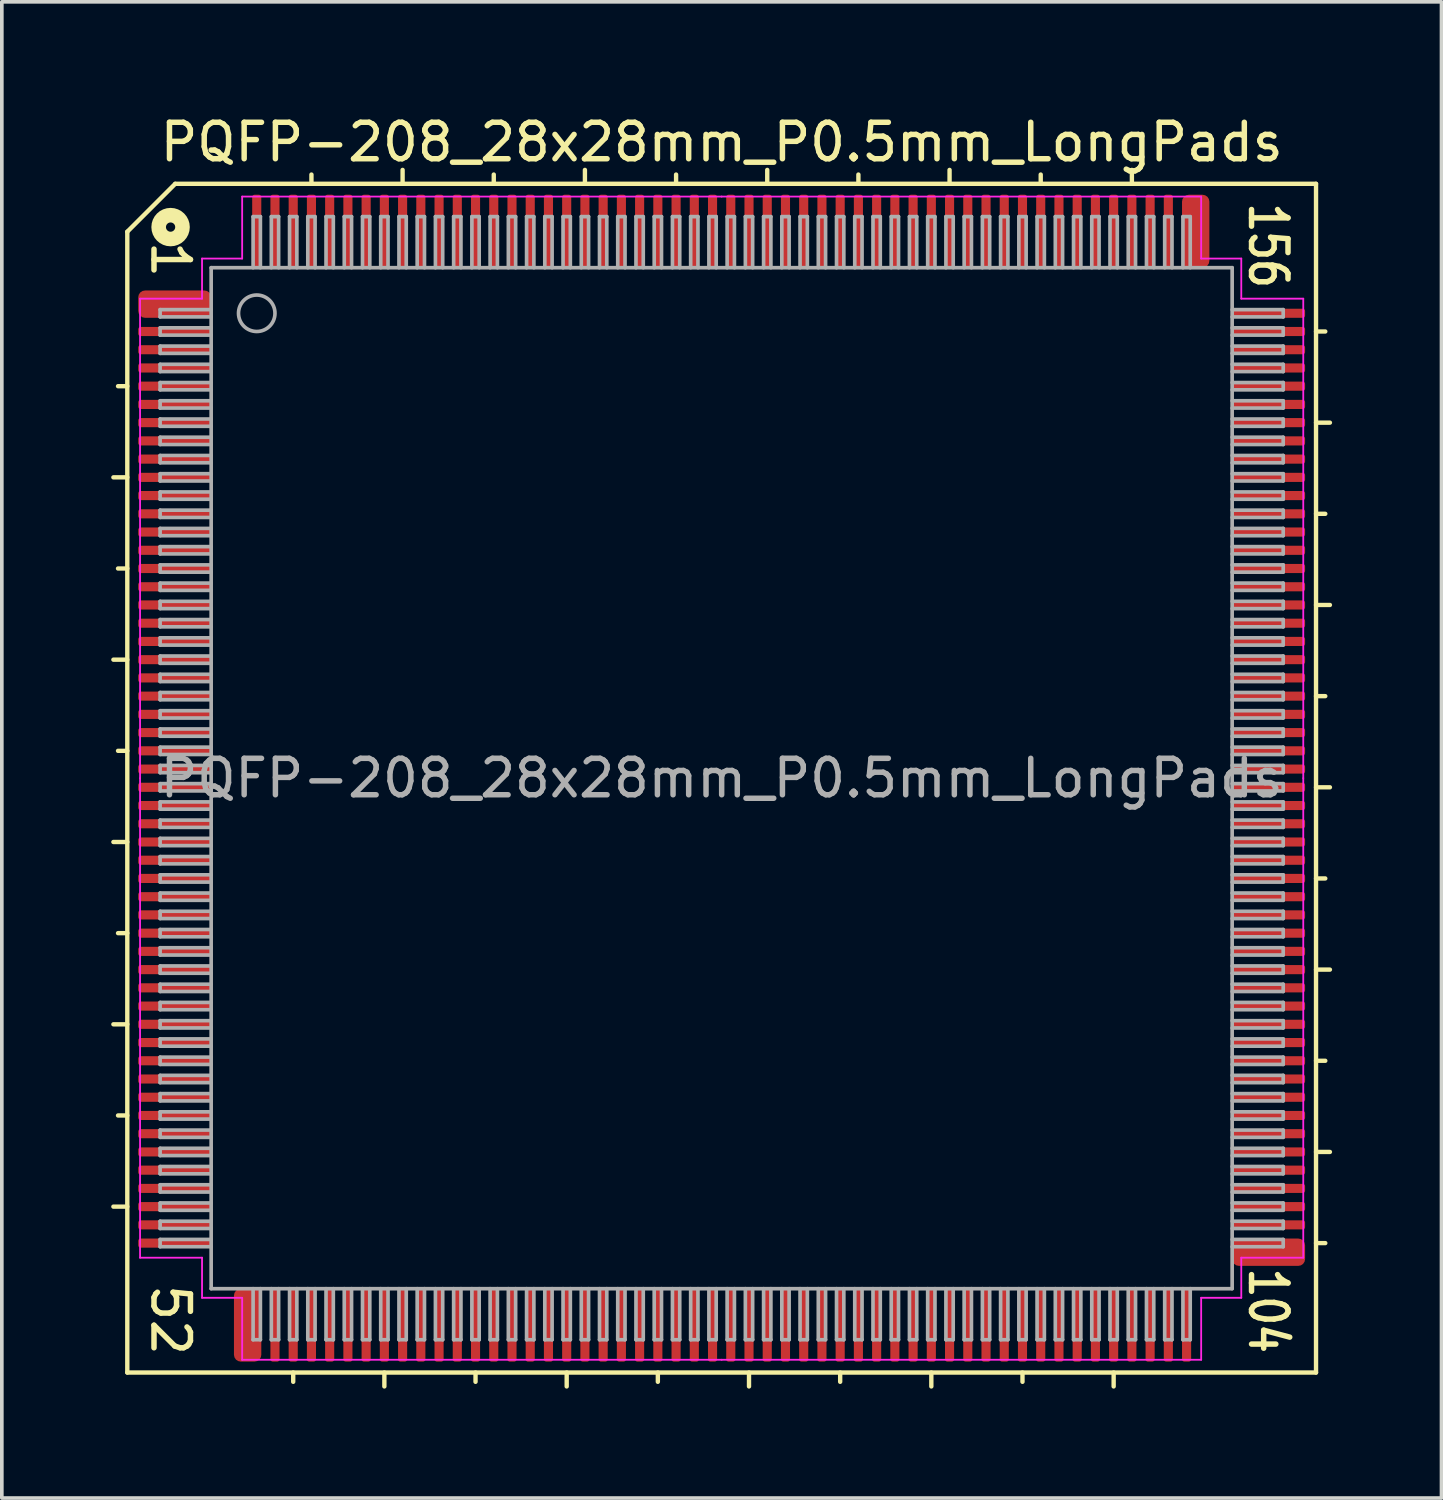
<source format=kicad_pcb>
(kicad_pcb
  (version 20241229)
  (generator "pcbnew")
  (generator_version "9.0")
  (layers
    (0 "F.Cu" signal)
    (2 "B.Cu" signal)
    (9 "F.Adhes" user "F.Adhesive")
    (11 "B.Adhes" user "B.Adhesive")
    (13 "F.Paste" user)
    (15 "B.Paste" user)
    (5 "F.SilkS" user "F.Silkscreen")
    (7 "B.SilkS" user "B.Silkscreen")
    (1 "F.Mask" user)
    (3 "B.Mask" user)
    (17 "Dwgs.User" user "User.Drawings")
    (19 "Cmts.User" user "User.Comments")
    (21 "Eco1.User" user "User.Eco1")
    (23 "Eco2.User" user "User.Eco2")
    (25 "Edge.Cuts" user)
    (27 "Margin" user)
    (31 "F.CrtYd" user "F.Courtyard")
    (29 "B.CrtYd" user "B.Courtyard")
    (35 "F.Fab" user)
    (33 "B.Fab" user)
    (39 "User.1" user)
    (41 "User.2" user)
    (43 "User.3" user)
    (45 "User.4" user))
  (footprint "PQFP-208_28x28mm_P0.5mm_LongPads"
    (layer "F.Cu")
    (at 16.741 18.291)
    (property "Reference" "PQFP-208_28x28mm_P0.5mm_LongPads" (at 0 -17.443 0) (layer "F.SilkS") (effects (font (size 1 1) (thickness 0.15))))
    (attr smd)
    (fp_line (start -16.3 -14.986) (end -16.3 16.3) (stroke (width 0.12) (type solid)) (layer "F.SilkS"))
    (fp_line (start -16.3 -10.75) (end -16.554 -10.75) (stroke (width 0.12) (type solid)) (layer "F.SilkS"))
    (fp_line (start -16.3 -8.25) (end -16.681 -8.25) (stroke (width 0.12) (type solid)) (layer "F.SilkS"))
    (fp_line (start -16.3 -5.75) (end -16.554 -5.75) (stroke (width 0.12) (type solid)) (layer "F.SilkS"))
    (fp_line (start -16.3 -3.25) (end -16.681 -3.25) (stroke (width 0.12) (type solid)) (layer "F.SilkS"))
    (fp_line (start -16.3 -0.75) (end -16.554 -0.75) (stroke (width 0.12) (type solid)) (layer "F.SilkS"))
    (fp_line (start -16.3 1.75) (end -16.681 1.75) (stroke (width 0.12) (type solid)) (layer "F.SilkS"))
    (fp_line (start -16.3 4.25) (end -16.554 4.25) (stroke (width 0.12) (type solid)) (layer "F.SilkS"))
    (fp_line (start -16.3 6.75) (end -16.681 6.75) (stroke (width 0.12) (type solid)) (layer "F.SilkS"))
    (fp_line (start -16.3 9.25) (end -16.554 9.25) (stroke (width 0.12) (type solid)) (layer "F.SilkS"))
    (fp_line (start -16.3 11.75) (end -16.681 11.75) (stroke (width 0.12) (type solid)) (layer "F.SilkS"))
    (fp_line (start -16.3 16.3) (end 16.3 16.3) (stroke (width 0.12) (type solid)) (layer "F.SilkS"))
    (fp_line (start -14.986 -16.3) (end -16.3 -14.986) (stroke (width 0.12) (type solid)) (layer "F.SilkS"))
    (fp_line (start -11.75 16.3) (end -11.75 16.554) (stroke (width 0.12) (type solid)) (layer "F.SilkS"))
    (fp_line (start -11.25 -16.3) (end -11.25 -16.554) (stroke (width 0.12) (type solid)) (layer "F.SilkS"))
    (fp_line (start -9.25 16.3) (end -9.25 16.681) (stroke (width 0.12) (type solid)) (layer "F.SilkS"))
    (fp_line (start -8.75 -16.3) (end -8.75 -16.681) (stroke (width 0.12) (type solid)) (layer "F.SilkS"))
    (fp_line (start -6.75 16.3) (end -6.75 16.554) (stroke (width 0.12) (type solid)) (layer "F.SilkS"))
    (fp_line (start -6.25 -16.3) (end -6.25 -16.554) (stroke (width 0.12) (type solid)) (layer "F.SilkS"))
    (fp_line (start -4.25 16.3) (end -4.25 16.681) (stroke (width 0.12) (type solid)) (layer "F.SilkS"))
    (fp_line (start -3.75 -16.3) (end -3.75 -16.681) (stroke (width 0.12) (type solid)) (layer "F.SilkS"))
    (fp_line (start -1.75 16.3) (end -1.75 16.554) (stroke (width 0.12) (type solid)) (layer "F.SilkS"))
    (fp_line (start -1.25 -16.3) (end -1.25 -16.554) (stroke (width 0.12) (type solid)) (layer "F.SilkS"))
    (fp_line (start 0.75 16.3) (end 0.75 16.681) (stroke (width 0.12) (type solid)) (layer "F.SilkS"))
    (fp_line (start 1.25 -16.3) (end 1.25 -16.681) (stroke (width 0.12) (type solid)) (layer "F.SilkS"))
    (fp_line (start 3.25 16.3) (end 3.25 16.554) (stroke (width 0.12) (type solid)) (layer "F.SilkS"))
    (fp_line (start 3.75 -16.3) (end 3.75 -16.554) (stroke (width 0.12) (type solid)) (layer "F.SilkS"))
    (fp_line (start 5.75 16.3) (end 5.75 16.681) (stroke (width 0.12) (type solid)) (layer "F.SilkS"))
    (fp_line (start 6.25 -16.3) (end 6.25 -16.681) (stroke (width 0.12) (type solid)) (layer "F.SilkS"))
    (fp_line (start 8.25 16.3) (end 8.25 16.554) (stroke (width 0.12) (type solid)) (layer "F.SilkS"))
    (fp_line (start 8.75 -16.3) (end 8.75 -16.554) (stroke (width 0.12) (type solid)) (layer "F.SilkS"))
    (fp_line (start 10.75 16.3) (end 10.75 16.681) (stroke (width 0.12) (type solid)) (layer "F.SilkS"))
    (fp_line (start 11.25 -16.3) (end 11.25 -16.681) (stroke (width 0.12) (type solid)) (layer "F.SilkS"))
    (fp_line (start 16.3 -16.3) (end -14.986 -16.3) (stroke (width 0.12) (type solid)) (layer "F.SilkS"))
    (fp_line (start 16.3 -12.25) (end 16.554 -12.25) (stroke (width 0.12) (type solid)) (layer "F.SilkS"))
    (fp_line (start 16.3 -9.75) (end 16.681 -9.75) (stroke (width 0.12) (type solid)) (layer "F.SilkS"))
    (fp_line (start 16.3 -7.25) (end 16.554 -7.25) (stroke (width 0.12) (type solid)) (layer "F.SilkS"))
    (fp_line (start 16.3 -4.75) (end 16.681 -4.75) (stroke (width 0.12) (type solid)) (layer "F.SilkS"))
    (fp_line (start 16.3 -2.25) (end 16.554 -2.25) (stroke (width 0.12) (type solid)) (layer "F.SilkS"))
    (fp_line (start 16.3 0.25) (end 16.681 0.25) (stroke (width 0.12) (type solid)) (layer "F.SilkS"))
    (fp_line (start 16.3 2.75) (end 16.554 2.75) (stroke (width 0.12) (type solid)) (layer "F.SilkS"))
    (fp_line (start 16.3 5.25) (end 16.681 5.25) (stroke (width 0.12) (type solid)) (layer "F.SilkS"))
    (fp_line (start 16.3 7.75) (end 16.554 7.75) (stroke (width 0.12) (type solid)) (layer "F.SilkS"))
    (fp_line (start 16.3 10.25) (end 16.681 10.25) (stroke (width 0.12) (type solid)) (layer "F.SilkS"))
    (fp_line (start 16.3 12.75) (end 16.554 12.75) (stroke (width 0.12) (type solid)) (layer "F.SilkS"))
    (fp_line (start 16.3 16.3) (end 16.3 -16.3) (stroke (width 0.12) (type solid)) (layer "F.SilkS"))
    (fp_circle (center -15.113 -15.113) (end -14.986 -15.113) (stroke (width 0.4) (type solid)) (fill no) (layer "F.SilkS"))
    (fp_line (start -15.95 -13.15) (end -15.95 0) (stroke (width 0.05) (type solid)) (layer "F.CrtYd"))
    (fp_line (start -15.95 13.15) (end -15.95 0) (stroke (width 0.05) (type solid)) (layer "F.CrtYd"))
    (fp_line (start -14.25 -14.25) (end -14.25 -13.15) (stroke (width 0.05) (type solid)) (layer "F.CrtYd"))
    (fp_line (start -14.25 -13.15) (end -15.95 -13.15) (stroke (width 0.05) (type solid)) (layer "F.CrtYd"))
    (fp_line (start -14.25 13.15) (end -15.95 13.15) (stroke (width 0.05) (type solid)) (layer "F.CrtYd"))
    (fp_line (start -14.25 14.25) (end -14.25 13.15) (stroke (width 0.05) (type solid)) (layer "F.CrtYd"))
    (fp_line (start -13.15 -15.95) (end -13.15 -14.25) (stroke (width 0.05) (type solid)) (layer "F.CrtYd"))
    (fp_line (start -13.15 -14.25) (end -14.25 -14.25) (stroke (width 0.05) (type solid)) (layer "F.CrtYd"))
    (fp_line (start -13.15 14.25) (end -14.25 14.25) (stroke (width 0.05) (type solid)) (layer "F.CrtYd"))
    (fp_line (start -13.15 15.95) (end -13.15 14.25) (stroke (width 0.05) (type solid)) (layer "F.CrtYd"))
    (fp_line (start 0 -15.95) (end -13.15 -15.95) (stroke (width 0.05) (type solid)) (layer "F.CrtYd"))
    (fp_line (start 0 -15.95) (end 13.15 -15.95) (stroke (width 0.05) (type solid)) (layer "F.CrtYd"))
    (fp_line (start 0 15.95) (end -13.15 15.95) (stroke (width 0.05) (type solid)) (layer "F.CrtYd"))
    (fp_line (start 0 15.95) (end 13.15 15.95) (stroke (width 0.05) (type solid)) (layer "F.CrtYd"))
    (fp_line (start 13.15 -15.95) (end 13.15 -14.25) (stroke (width 0.05) (type solid)) (layer "F.CrtYd"))
    (fp_line (start 13.15 -14.25) (end 14.25 -14.25) (stroke (width 0.05) (type solid)) (layer "F.CrtYd"))
    (fp_line (start 13.15 14.25) (end 14.25 14.25) (stroke (width 0.05) (type solid)) (layer "F.CrtYd"))
    (fp_line (start 13.15 15.95) (end 13.15 14.25) (stroke (width 0.05) (type solid)) (layer "F.CrtYd"))
    (fp_line (start 14.25 -14.25) (end 14.25 -13.15) (stroke (width 0.05) (type solid)) (layer "F.CrtYd"))
    (fp_line (start 14.25 -13.15) (end 15.95 -13.15) (stroke (width 0.05) (type solid)) (layer "F.CrtYd"))
    (fp_line (start 14.25 13.15) (end 15.95 13.15) (stroke (width 0.05) (type solid)) (layer "F.CrtYd"))
    (fp_line (start 14.25 14.25) (end 14.25 13.15) (stroke (width 0.05) (type solid)) (layer "F.CrtYd"))
    (fp_line (start 15.95 -13.15) (end 15.95 0) (stroke (width 0.05) (type solid)) (layer "F.CrtYd"))
    (fp_line (start 15.95 13.15) (end 15.95 0) (stroke (width 0.05) (type solid)) (layer "F.CrtYd"))
    (fp_line (start -15.4 -12.85) (end -15.4 -12.65) (stroke (width 0.1) (type solid)) (layer "F.Fab"))
    (fp_line (start -15.4 -12.85) (end -14 -12.85) (stroke (width 0.1) (type solid)) (layer "F.Fab"))
    (fp_line (start -15.4 -12.65) (end -14 -12.65) (stroke (width 0.1) (type solid)) (layer "F.Fab"))
    (fp_line (start -15.4 -12.35) (end -15.4 -12.15) (stroke (width 0.1) (type solid)) (layer "F.Fab"))
    (fp_line (start -15.4 -12.35) (end -14 -12.35) (stroke (width 0.1) (type solid)) (layer "F.Fab"))
    (fp_line (start -15.4 -12.15) (end -14 -12.15) (stroke (width 0.1) (type solid)) (layer "F.Fab"))
    (fp_line (start -15.4 -11.85) (end -15.4 -11.65) (stroke (width 0.1) (type solid)) (layer "F.Fab"))
    (fp_line (start -15.4 -11.85) (end -14 -11.85) (stroke (width 0.1) (type solid)) (layer "F.Fab"))
    (fp_line (start -15.4 -11.65) (end -14 -11.65) (stroke (width 0.1) (type solid)) (layer "F.Fab"))
    (fp_line (start -15.4 -11.35) (end -15.4 -11.15) (stroke (width 0.1) (type solid)) (layer "F.Fab"))
    (fp_line (start -15.4 -11.35) (end -14 -11.35) (stroke (width 0.1) (type solid)) (layer "F.Fab"))
    (fp_line (start -15.4 -11.15) (end -14 -11.15) (stroke (width 0.1) (type solid)) (layer "F.Fab"))
    (fp_line (start -15.4 -10.85) (end -15.4 -10.65) (stroke (width 0.1) (type solid)) (layer "F.Fab"))
    (fp_line (start -15.4 -10.85) (end -14 -10.85) (stroke (width 0.1) (type solid)) (layer "F.Fab"))
    (fp_line (start -15.4 -10.65) (end -14 -10.65) (stroke (width 0.1) (type solid)) (layer "F.Fab"))
    (fp_line (start -15.4 -10.35) (end -15.4 -10.15) (stroke (width 0.1) (type solid)) (layer "F.Fab"))
    (fp_line (start -15.4 -10.35) (end -14 -10.35) (stroke (width 0.1) (type solid)) (layer "F.Fab"))
    (fp_line (start -15.4 -10.15) (end -14 -10.15) (stroke (width 0.1) (type solid)) (layer "F.Fab"))
    (fp_line (start -15.4 -9.85) (end -15.4 -9.65) (stroke (width 0.1) (type solid)) (layer "F.Fab"))
    (fp_line (start -15.4 -9.85) (end -14 -9.85) (stroke (width 0.1) (type solid)) (layer "F.Fab"))
    (fp_line (start -15.4 -9.65) (end -14 -9.65) (stroke (width 0.1) (type solid)) (layer "F.Fab"))
    (fp_line (start -15.4 -9.35) (end -15.4 -9.15) (stroke (width 0.1) (type solid)) (layer "F.Fab"))
    (fp_line (start -15.4 -9.35) (end -14 -9.35) (stroke (width 0.1) (type solid)) (layer "F.Fab"))
    (fp_line (start -15.4 -9.15) (end -14 -9.15) (stroke (width 0.1) (type solid)) (layer "F.Fab"))
    (fp_line (start -15.4 -8.85) (end -15.4 -8.65) (stroke (width 0.1) (type solid)) (layer "F.Fab"))
    (fp_line (start -15.4 -8.85) (end -14 -8.85) (stroke (width 0.1) (type solid)) (layer "F.Fab"))
    (fp_line (start -15.4 -8.65) (end -14 -8.65) (stroke (width 0.1) (type solid)) (layer "F.Fab"))
    (fp_line (start -15.4 -8.35) (end -15.4 -8.15) (stroke (width 0.1) (type solid)) (layer "F.Fab"))
    (fp_line (start -15.4 -8.35) (end -14 -8.35) (stroke (width 0.1) (type solid)) (layer "F.Fab"))
    (fp_line (start -15.4 -8.15) (end -14 -8.15) (stroke (width 0.1) (type solid)) (layer "F.Fab"))
    (fp_line (start -15.4 -7.85) (end -15.4 -7.65) (stroke (width 0.1) (type solid)) (layer "F.Fab"))
    (fp_line (start -15.4 -7.85) (end -14 -7.85) (stroke (width 0.1) (type solid)) (layer "F.Fab"))
    (fp_line (start -15.4 -7.65) (end -14 -7.65) (stroke (width 0.1) (type solid)) (layer "F.Fab"))
    (fp_line (start -15.4 -7.35) (end -15.4 -7.15) (stroke (width 0.1) (type solid)) (layer "F.Fab"))
    (fp_line (start -15.4 -7.35) (end -14 -7.35) (stroke (width 0.1) (type solid)) (layer "F.Fab"))
    (fp_line (start -15.4 -7.15) (end -14 -7.15) (stroke (width 0.1) (type solid)) (layer "F.Fab"))
    (fp_line (start -15.4 -6.85) (end -15.4 -6.65) (stroke (width 0.1) (type solid)) (layer "F.Fab"))
    (fp_line (start -15.4 -6.85) (end -14 -6.85) (stroke (width 0.1) (type solid)) (layer "F.Fab"))
    (fp_line (start -15.4 -6.65) (end -14 -6.65) (stroke (width 0.1) (type solid)) (layer "F.Fab"))
    (fp_line (start -15.4 -6.35) (end -15.4 -6.15) (stroke (width 0.1) (type solid)) (layer "F.Fab"))
    (fp_line (start -15.4 -6.35) (end -14 -6.35) (stroke (width 0.1) (type solid)) (layer "F.Fab"))
    (fp_line (start -15.4 -6.15) (end -14 -6.15) (stroke (width 0.1) (type solid)) (layer "F.Fab"))
    (fp_line (start -15.4 -5.85) (end -15.4 -5.65) (stroke (width 0.1) (type solid)) (layer "F.Fab"))
    (fp_line (start -15.4 -5.85) (end -14 -5.85) (stroke (width 0.1) (type solid)) (layer "F.Fab"))
    (fp_line (start -15.4 -5.65) (end -14 -5.65) (stroke (width 0.1) (type solid)) (layer "F.Fab"))
    (fp_line (start -15.4 -5.35) (end -15.4 -5.15) (stroke (width 0.1) (type solid)) (layer "F.Fab"))
    (fp_line (start -15.4 -5.35) (end -14 -5.35) (stroke (width 0.1) (type solid)) (layer "F.Fab"))
    (fp_line (start -15.4 -5.15) (end -14 -5.15) (stroke (width 0.1) (type solid)) (layer "F.Fab"))
    (fp_line (start -15.4 -4.85) (end -15.4 -4.65) (stroke (width 0.1) (type solid)) (layer "F.Fab"))
    (fp_line (start -15.4 -4.85) (end -14 -4.85) (stroke (width 0.1) (type solid)) (layer "F.Fab"))
    (fp_line (start -15.4 -4.65) (end -14 -4.65) (stroke (width 0.1) (type solid)) (layer "F.Fab"))
    (fp_line (start -15.4 -4.35) (end -15.4 -4.15) (stroke (width 0.1) (type solid)) (layer "F.Fab"))
    (fp_line (start -15.4 -4.35) (end -14 -4.35) (stroke (width 0.1) (type solid)) (layer "F.Fab"))
    (fp_line (start -15.4 -4.15) (end -14 -4.15) (stroke (width 0.1) (type solid)) (layer "F.Fab"))
    (fp_line (start -15.4 -3.85) (end -15.4 -3.65) (stroke (width 0.1) (type solid)) (layer "F.Fab"))
    (fp_line (start -15.4 -3.85) (end -14 -3.85) (stroke (width 0.1) (type solid)) (layer "F.Fab"))
    (fp_line (start -15.4 -3.65) (end -14 -3.65) (stroke (width 0.1) (type solid)) (layer "F.Fab"))
    (fp_line (start -15.4 -3.35) (end -15.4 -3.15) (stroke (width 0.1) (type solid)) (layer "F.Fab"))
    (fp_line (start -15.4 -3.35) (end -14 -3.35) (stroke (width 0.1) (type solid)) (layer "F.Fab"))
    (fp_line (start -15.4 -3.15) (end -14 -3.15) (stroke (width 0.1) (type solid)) (layer "F.Fab"))
    (fp_line (start -15.4 -2.85) (end -15.4 -2.65) (stroke (width 0.1) (type solid)) (layer "F.Fab"))
    (fp_line (start -15.4 -2.85) (end -14 -2.85) (stroke (width 0.1) (type solid)) (layer "F.Fab"))
    (fp_line (start -15.4 -2.65) (end -14 -2.65) (stroke (width 0.1) (type solid)) (layer "F.Fab"))
    (fp_line (start -15.4 -2.35) (end -15.4 -2.15) (stroke (width 0.1) (type solid)) (layer "F.Fab"))
    (fp_line (start -15.4 -2.35) (end -14 -2.35) (stroke (width 0.1) (type solid)) (layer "F.Fab"))
    (fp_line (start -15.4 -2.15) (end -14 -2.15) (stroke (width 0.1) (type solid)) (layer "F.Fab"))
    (fp_line (start -15.4 -1.85) (end -15.4 -1.65) (stroke (width 0.1) (type solid)) (layer "F.Fab"))
    (fp_line (start -15.4 -1.85) (end -14 -1.85) (stroke (width 0.1) (type solid)) (layer "F.Fab"))
    (fp_line (start -15.4 -1.65) (end -14 -1.65) (stroke (width 0.1) (type solid)) (layer "F.Fab"))
    (fp_line (start -15.4 -1.35) (end -15.4 -1.15) (stroke (width 0.1) (type solid)) (layer "F.Fab"))
    (fp_line (start -15.4 -1.35) (end -14 -1.35) (stroke (width 0.1) (type solid)) (layer "F.Fab"))
    (fp_line (start -15.4 -1.15) (end -14 -1.15) (stroke (width 0.1) (type solid)) (layer "F.Fab"))
    (fp_line (start -15.4 -0.85) (end -15.4 -0.65) (stroke (width 0.1) (type solid)) (layer "F.Fab"))
    (fp_line (start -15.4 -0.85) (end -14 -0.85) (stroke (width 0.1) (type solid)) (layer "F.Fab"))
    (fp_line (start -15.4 -0.65) (end -14 -0.65) (stroke (width 0.1) (type solid)) (layer "F.Fab"))
    (fp_line (start -15.4 -0.35) (end -15.4 -0.15) (stroke (width 0.1) (type solid)) (layer "F.Fab"))
    (fp_line (start -15.4 -0.35) (end -14 -0.35) (stroke (width 0.1) (type solid)) (layer "F.Fab"))
    (fp_line (start -15.4 -0.15) (end -14 -0.15) (stroke (width 0.1) (type solid)) (layer "F.Fab"))
    (fp_line (start -15.4 0.15) (end -15.4 0.35) (stroke (width 0.1) (type solid)) (layer "F.Fab"))
    (fp_line (start -15.4 0.15) (end -14 0.15) (stroke (width 0.1) (type solid)) (layer "F.Fab"))
    (fp_line (start -15.4 0.35) (end -14 0.35) (stroke (width 0.1) (type solid)) (layer "F.Fab"))
    (fp_line (start -15.4 0.65) (end -15.4 0.85) (stroke (width 0.1) (type solid)) (layer "F.Fab"))
    (fp_line (start -15.4 0.65) (end -14 0.65) (stroke (width 0.1) (type solid)) (layer "F.Fab"))
    (fp_line (start -15.4 0.85) (end -14 0.85) (stroke (width 0.1) (type solid)) (layer "F.Fab"))
    (fp_line (start -15.4 1.15) (end -15.4 1.35) (stroke (width 0.1) (type solid)) (layer "F.Fab"))
    (fp_line (start -15.4 1.15) (end -14 1.15) (stroke (width 0.1) (type solid)) (layer "F.Fab"))
    (fp_line (start -15.4 1.35) (end -14 1.35) (stroke (width 0.1) (type solid)) (layer "F.Fab"))
    (fp_line (start -15.4 1.65) (end -15.4 1.85) (stroke (width 0.1) (type solid)) (layer "F.Fab"))
    (fp_line (start -15.4 1.65) (end -14 1.65) (stroke (width 0.1) (type solid)) (layer "F.Fab"))
    (fp_line (start -15.4 1.85) (end -14 1.85) (stroke (width 0.1) (type solid)) (layer "F.Fab"))
    (fp_line (start -15.4 2.15) (end -15.4 2.35) (stroke (width 0.1) (type solid)) (layer "F.Fab"))
    (fp_line (start -15.4 2.15) (end -14 2.15) (stroke (width 0.1) (type solid)) (layer "F.Fab"))
    (fp_line (start -15.4 2.35) (end -14 2.35) (stroke (width 0.1) (type solid)) (layer "F.Fab"))
    (fp_line (start -15.4 2.65) (end -15.4 2.85) (stroke (width 0.1) (type solid)) (layer "F.Fab"))
    (fp_line (start -15.4 2.65) (end -14 2.65) (stroke (width 0.1) (type solid)) (layer "F.Fab"))
    (fp_line (start -15.4 2.85) (end -14 2.85) (stroke (width 0.1) (type solid)) (layer "F.Fab"))
    (fp_line (start -15.4 3.15) (end -15.4 3.35) (stroke (width 0.1) (type solid)) (layer "F.Fab"))
    (fp_line (start -15.4 3.15) (end -14 3.15) (stroke (width 0.1) (type solid)) (layer "F.Fab"))
    (fp_line (start -15.4 3.35) (end -14 3.35) (stroke (width 0.1) (type solid)) (layer "F.Fab"))
    (fp_line (start -15.4 3.65) (end -15.4 3.85) (stroke (width 0.1) (type solid)) (layer "F.Fab"))
    (fp_line (start -15.4 3.65) (end -14 3.65) (stroke (width 0.1) (type solid)) (layer "F.Fab"))
    (fp_line (start -15.4 3.85) (end -14 3.85) (stroke (width 0.1) (type solid)) (layer "F.Fab"))
    (fp_line (start -15.4 4.15) (end -15.4 4.35) (stroke (width 0.1) (type solid)) (layer "F.Fab"))
    (fp_line (start -15.4 4.15) (end -14 4.15) (stroke (width 0.1) (type solid)) (layer "F.Fab"))
    (fp_line (start -15.4 4.35) (end -14 4.35) (stroke (width 0.1) (type solid)) (layer "F.Fab"))
    (fp_line (start -15.4 4.65) (end -15.4 4.85) (stroke (width 0.1) (type solid)) (layer "F.Fab"))
    (fp_line (start -15.4 4.65) (end -14 4.65) (stroke (width 0.1) (type solid)) (layer "F.Fab"))
    (fp_line (start -15.4 4.85) (end -14 4.85) (stroke (width 0.1) (type solid)) (layer "F.Fab"))
    (fp_line (start -15.4 5.15) (end -15.4 5.35) (stroke (width 0.1) (type solid)) (layer "F.Fab"))
    (fp_line (start -15.4 5.15) (end -14 5.15) (stroke (width 0.1) (type solid)) (layer "F.Fab"))
    (fp_line (start -15.4 5.35) (end -14 5.35) (stroke (width 0.1) (type solid)) (layer "F.Fab"))
    (fp_line (start -15.4 5.65) (end -15.4 5.85) (stroke (width 0.1) (type solid)) (layer "F.Fab"))
    (fp_line (start -15.4 5.65) (end -14 5.65) (stroke (width 0.1) (type solid)) (layer "F.Fab"))
    (fp_line (start -15.4 5.85) (end -14 5.85) (stroke (width 0.1) (type solid)) (layer "F.Fab"))
    (fp_line (start -15.4 6.15) (end -15.4 6.35) (stroke (width 0.1) (type solid)) (layer "F.Fab"))
    (fp_line (start -15.4 6.15) (end -14 6.15) (stroke (width 0.1) (type solid)) (layer "F.Fab"))
    (fp_line (start -15.4 6.35) (end -14 6.35) (stroke (width 0.1) (type solid)) (layer "F.Fab"))
    (fp_line (start -15.4 6.65) (end -15.4 6.85) (stroke (width 0.1) (type solid)) (layer "F.Fab"))
    (fp_line (start -15.4 6.65) (end -14 6.65) (stroke (width 0.1) (type solid)) (layer "F.Fab"))
    (fp_line (start -15.4 6.85) (end -14 6.85) (stroke (width 0.1) (type solid)) (layer "F.Fab"))
    (fp_line (start -15.4 7.15) (end -15.4 7.35) (stroke (width 0.1) (type solid)) (layer "F.Fab"))
    (fp_line (start -15.4 7.15) (end -14 7.15) (stroke (width 0.1) (type solid)) (layer "F.Fab"))
    (fp_line (start -15.4 7.35) (end -14 7.35) (stroke (width 0.1) (type solid)) (layer "F.Fab"))
    (fp_line (start -15.4 7.65) (end -15.4 7.85) (stroke (width 0.1) (type solid)) (layer "F.Fab"))
    (fp_line (start -15.4 7.65) (end -14 7.65) (stroke (width 0.1) (type solid)) (layer "F.Fab"))
    (fp_line (start -15.4 7.85) (end -14 7.85) (stroke (width 0.1) (type solid)) (layer "F.Fab"))
    (fp_line (start -15.4 8.15) (end -15.4 8.35) (stroke (width 0.1) (type solid)) (layer "F.Fab"))
    (fp_line (start -15.4 8.15) (end -14 8.15) (stroke (width 0.1) (type solid)) (layer "F.Fab"))
    (fp_line (start -15.4 8.35) (end -14 8.35) (stroke (width 0.1) (type solid)) (layer "F.Fab"))
    (fp_line (start -15.4 8.65) (end -15.4 8.85) (stroke (width 0.1) (type solid)) (layer "F.Fab"))
    (fp_line (start -15.4 8.65) (end -14 8.65) (stroke (width 0.1) (type solid)) (layer "F.Fab"))
    (fp_line (start -15.4 8.85) (end -14 8.85) (stroke (width 0.1) (type solid)) (layer "F.Fab"))
    (fp_line (start -15.4 9.15) (end -15.4 9.35) (stroke (width 0.1) (type solid)) (layer "F.Fab"))
    (fp_line (start -15.4 9.15) (end -14 9.15) (stroke (width 0.1) (type solid)) (layer "F.Fab"))
    (fp_line (start -15.4 9.35) (end -14 9.35) (stroke (width 0.1) (type solid)) (layer "F.Fab"))
    (fp_line (start -15.4 9.65) (end -15.4 9.85) (stroke (width 0.1) (type solid)) (layer "F.Fab"))
    (fp_line (start -15.4 9.65) (end -14 9.65) (stroke (width 0.1) (type solid)) (layer "F.Fab"))
    (fp_line (start -15.4 9.85) (end -14 9.85) (stroke (width 0.1) (type solid)) (layer "F.Fab"))
    (fp_line (start -15.4 10.15) (end -15.4 10.35) (stroke (width 0.1) (type solid)) (layer "F.Fab"))
    (fp_line (start -15.4 10.15) (end -14 10.15) (stroke (width 0.1) (type solid)) (layer "F.Fab"))
    (fp_line (start -15.4 10.35) (end -14 10.35) (stroke (width 0.1) (type solid)) (layer "F.Fab"))
    (fp_line (start -15.4 10.65) (end -15.4 10.85) (stroke (width 0.1) (type solid)) (layer "F.Fab"))
    (fp_line (start -15.4 10.65) (end -14 10.65) (stroke (width 0.1) (type solid)) (layer "F.Fab"))
    (fp_line (start -15.4 10.85) (end -14 10.85) (stroke (width 0.1) (type solid)) (layer "F.Fab"))
    (fp_line (start -15.4 11.15) (end -15.4 11.35) (stroke (width 0.1) (type solid)) (layer "F.Fab"))
    (fp_line (start -15.4 11.15) (end -14 11.15) (stroke (width 0.1) (type solid)) (layer "F.Fab"))
    (fp_line (start -15.4 11.35) (end -14 11.35) (stroke (width 0.1) (type solid)) (layer "F.Fab"))
    (fp_line (start -15.4 11.65) (end -15.4 11.85) (stroke (width 0.1) (type solid)) (layer "F.Fab"))
    (fp_line (start -15.4 11.65) (end -14 11.65) (stroke (width 0.1) (type solid)) (layer "F.Fab"))
    (fp_line (start -15.4 11.85) (end -14 11.85) (stroke (width 0.1) (type solid)) (layer "F.Fab"))
    (fp_line (start -15.4 12.15) (end -15.4 12.35) (stroke (width 0.1) (type solid)) (layer "F.Fab"))
    (fp_line (start -15.4 12.15) (end -14 12.15) (stroke (width 0.1) (type solid)) (layer "F.Fab"))
    (fp_line (start -15.4 12.35) (end -14 12.35) (stroke (width 0.1) (type solid)) (layer "F.Fab"))
    (fp_line (start -15.4 12.65) (end -15.4 12.85) (stroke (width 0.1) (type solid)) (layer "F.Fab"))
    (fp_line (start -15.4 12.65) (end -14 12.65) (stroke (width 0.1) (type solid)) (layer "F.Fab"))
    (fp_line (start -15.4 12.85) (end -14 12.85) (stroke (width 0.1) (type solid)) (layer "F.Fab"))
    (fp_line (start -14 -14) (end 14 -14) (stroke (width 0.1) (type solid)) (layer "F.Fab"))
    (fp_line (start -14 14) (end -14 -14) (stroke (width 0.1) (type solid)) (layer "F.Fab"))
    (fp_line (start -12.85 -15.4) (end -12.85 -14) (stroke (width 0.1) (type solid)) (layer "F.Fab"))
    (fp_line (start -12.85 15.4) (end -12.85 14) (stroke (width 0.1) (type solid)) (layer "F.Fab"))
    (fp_line (start -12.85 15.4) (end -12.65 15.4) (stroke (width 0.1) (type solid)) (layer "F.Fab"))
    (fp_line (start -12.65 -15.4) (end -12.85 -15.4) (stroke (width 0.1) (type solid)) (layer "F.Fab"))
    (fp_line (start -12.65 -15.4) (end -12.65 -14) (stroke (width 0.1) (type solid)) (layer "F.Fab"))
    (fp_line (start -12.65 15.4) (end -12.65 14) (stroke (width 0.1) (type solid)) (layer "F.Fab"))
    (fp_line (start -12.35 -15.4) (end -12.35 -14) (stroke (width 0.1) (type solid)) (layer "F.Fab"))
    (fp_line (start -12.35 15.4) (end -12.35 14) (stroke (width 0.1) (type solid)) (layer "F.Fab"))
    (fp_line (start -12.35 15.4) (end -12.15 15.4) (stroke (width 0.1) (type solid)) (layer "F.Fab"))
    (fp_line (start -12.15 -15.4) (end -12.35 -15.4) (stroke (width 0.1) (type solid)) (layer "F.Fab"))
    (fp_line (start -12.15 -15.4) (end -12.15 -14) (stroke (width 0.1) (type solid)) (layer "F.Fab"))
    (fp_line (start -12.15 15.4) (end -12.15 14) (stroke (width 0.1) (type solid)) (layer "F.Fab"))
    (fp_line (start -11.85 -15.4) (end -11.85 -14) (stroke (width 0.1) (type solid)) (layer "F.Fab"))
    (fp_line (start -11.85 15.4) (end -11.85 14) (stroke (width 0.1) (type solid)) (layer "F.Fab"))
    (fp_line (start -11.85 15.4) (end -11.65 15.4) (stroke (width 0.1) (type solid)) (layer "F.Fab"))
    (fp_line (start -11.65 -15.4) (end -11.85 -15.4) (stroke (width 0.1) (type solid)) (layer "F.Fab"))
    (fp_line (start -11.65 -15.4) (end -11.65 -14) (stroke (width 0.1) (type solid)) (layer "F.Fab"))
    (fp_line (start -11.65 15.4) (end -11.65 14) (stroke (width 0.1) (type solid)) (layer "F.Fab"))
    (fp_line (start -11.35 -15.4) (end -11.35 -14) (stroke (width 0.1) (type solid)) (layer "F.Fab"))
    (fp_line (start -11.35 15.4) (end -11.35 14) (stroke (width 0.1) (type solid)) (layer "F.Fab"))
    (fp_line (start -11.35 15.4) (end -11.15 15.4) (stroke (width 0.1) (type solid)) (layer "F.Fab"))
    (fp_line (start -11.15 -15.4) (end -11.35 -15.4) (stroke (width 0.1) (type solid)) (layer "F.Fab"))
    (fp_line (start -11.15 -15.4) (end -11.15 -14) (stroke (width 0.1) (type solid)) (layer "F.Fab"))
    (fp_line (start -11.15 15.4) (end -11.15 14) (stroke (width 0.1) (type solid)) (layer "F.Fab"))
    (fp_line (start -10.85 -15.4) (end -10.85 -14) (stroke (width 0.1) (type solid)) (layer "F.Fab"))
    (fp_line (start -10.85 15.4) (end -10.85 14) (stroke (width 0.1) (type solid)) (layer "F.Fab"))
    (fp_line (start -10.85 15.4) (end -10.65 15.4) (stroke (width 0.1) (type solid)) (layer "F.Fab"))
    (fp_line (start -10.65 -15.4) (end -10.85 -15.4) (stroke (width 0.1) (type solid)) (layer "F.Fab"))
    (fp_line (start -10.65 -15.4) (end -10.65 -14) (stroke (width 0.1) (type solid)) (layer "F.Fab"))
    (fp_line (start -10.65 15.4) (end -10.65 14) (stroke (width 0.1) (type solid)) (layer "F.Fab"))
    (fp_line (start -10.35 -15.4) (end -10.35 -14) (stroke (width 0.1) (type solid)) (layer "F.Fab"))
    (fp_line (start -10.35 15.4) (end -10.35 14) (stroke (width 0.1) (type solid)) (layer "F.Fab"))
    (fp_line (start -10.35 15.4) (end -10.15 15.4) (stroke (width 0.1) (type solid)) (layer "F.Fab"))
    (fp_line (start -10.15 -15.4) (end -10.35 -15.4) (stroke (width 0.1) (type solid)) (layer "F.Fab"))
    (fp_line (start -10.15 -15.4) (end -10.15 -14) (stroke (width 0.1) (type solid)) (layer "F.Fab"))
    (fp_line (start -10.15 15.4) (end -10.15 14) (stroke (width 0.1) (type solid)) (layer "F.Fab"))
    (fp_line (start -9.85 -15.4) (end -9.85 -14) (stroke (width 0.1) (type solid)) (layer "F.Fab"))
    (fp_line (start -9.85 15.4) (end -9.85 14) (stroke (width 0.1) (type solid)) (layer "F.Fab"))
    (fp_line (start -9.85 15.4) (end -9.65 15.4) (stroke (width 0.1) (type solid)) (layer "F.Fab"))
    (fp_line (start -9.65 -15.4) (end -9.85 -15.4) (stroke (width 0.1) (type solid)) (layer "F.Fab"))
    (fp_line (start -9.65 -15.4) (end -9.65 -14) (stroke (width 0.1) (type solid)) (layer "F.Fab"))
    (fp_line (start -9.65 15.4) (end -9.65 14) (stroke (width 0.1) (type solid)) (layer "F.Fab"))
    (fp_line (start -9.35 -15.4) (end -9.35 -14) (stroke (width 0.1) (type solid)) (layer "F.Fab"))
    (fp_line (start -9.35 15.4) (end -9.35 14) (stroke (width 0.1) (type solid)) (layer "F.Fab"))
    (fp_line (start -9.35 15.4) (end -9.15 15.4) (stroke (width 0.1) (type solid)) (layer "F.Fab"))
    (fp_line (start -9.15 -15.4) (end -9.35 -15.4) (stroke (width 0.1) (type solid)) (layer "F.Fab"))
    (fp_line (start -9.15 -15.4) (end -9.15 -14) (stroke (width 0.1) (type solid)) (layer "F.Fab"))
    (fp_line (start -9.15 15.4) (end -9.15 14) (stroke (width 0.1) (type solid)) (layer "F.Fab"))
    (fp_line (start -8.85 -15.4) (end -8.85 -14) (stroke (width 0.1) (type solid)) (layer "F.Fab"))
    (fp_line (start -8.85 15.4) (end -8.85 14) (stroke (width 0.1) (type solid)) (layer "F.Fab"))
    (fp_line (start -8.85 15.4) (end -8.65 15.4) (stroke (width 0.1) (type solid)) (layer "F.Fab"))
    (fp_line (start -8.65 -15.4) (end -8.85 -15.4) (stroke (width 0.1) (type solid)) (layer "F.Fab"))
    (fp_line (start -8.65 -15.4) (end -8.65 -14) (stroke (width 0.1) (type solid)) (layer "F.Fab"))
    (fp_line (start -8.65 15.4) (end -8.65 14) (stroke (width 0.1) (type solid)) (layer "F.Fab"))
    (fp_line (start -8.35 -15.4) (end -8.35 -14) (stroke (width 0.1) (type solid)) (layer "F.Fab"))
    (fp_line (start -8.35 15.4) (end -8.35 14) (stroke (width 0.1) (type solid)) (layer "F.Fab"))
    (fp_line (start -8.35 15.4) (end -8.15 15.4) (stroke (width 0.1) (type solid)) (layer "F.Fab"))
    (fp_line (start -8.15 -15.4) (end -8.35 -15.4) (stroke (width 0.1) (type solid)) (layer "F.Fab"))
    (fp_line (start -8.15 -15.4) (end -8.15 -14) (stroke (width 0.1) (type solid)) (layer "F.Fab"))
    (fp_line (start -8.15 15.4) (end -8.15 14) (stroke (width 0.1) (type solid)) (layer "F.Fab"))
    (fp_line (start -7.85 -15.4) (end -7.85 -14) (stroke (width 0.1) (type solid)) (layer "F.Fab"))
    (fp_line (start -7.85 15.4) (end -7.85 14) (stroke (width 0.1) (type solid)) (layer "F.Fab"))
    (fp_line (start -7.85 15.4) (end -7.65 15.4) (stroke (width 0.1) (type solid)) (layer "F.Fab"))
    (fp_line (start -7.65 -15.4) (end -7.85 -15.4) (stroke (width 0.1) (type solid)) (layer "F.Fab"))
    (fp_line (start -7.65 -15.4) (end -7.65 -14) (stroke (width 0.1) (type solid)) (layer "F.Fab"))
    (fp_line (start -7.65 15.4) (end -7.65 14) (stroke (width 0.1) (type solid)) (layer "F.Fab"))
    (fp_line (start -7.35 -15.4) (end -7.35 -14) (stroke (width 0.1) (type solid)) (layer "F.Fab"))
    (fp_line (start -7.35 15.4) (end -7.35 14) (stroke (width 0.1) (type solid)) (layer "F.Fab"))
    (fp_line (start -7.35 15.4) (end -7.15 15.4) (stroke (width 0.1) (type solid)) (layer "F.Fab"))
    (fp_line (start -7.15 -15.4) (end -7.35 -15.4) (stroke (width 0.1) (type solid)) (layer "F.Fab"))
    (fp_line (start -7.15 -15.4) (end -7.15 -14) (stroke (width 0.1) (type solid)) (layer "F.Fab"))
    (fp_line (start -7.15 15.4) (end -7.15 14) (stroke (width 0.1) (type solid)) (layer "F.Fab"))
    (fp_line (start -6.85 -15.4) (end -6.85 -14) (stroke (width 0.1) (type solid)) (layer "F.Fab"))
    (fp_line (start -6.85 15.4) (end -6.85 14) (stroke (width 0.1) (type solid)) (layer "F.Fab"))
    (fp_line (start -6.85 15.4) (end -6.65 15.4) (stroke (width 0.1) (type solid)) (layer "F.Fab"))
    (fp_line (start -6.65 -15.4) (end -6.85 -15.4) (stroke (width 0.1) (type solid)) (layer "F.Fab"))
    (fp_line (start -6.65 -15.4) (end -6.65 -14) (stroke (width 0.1) (type solid)) (layer "F.Fab"))
    (fp_line (start -6.65 15.4) (end -6.65 14) (stroke (width 0.1) (type solid)) (layer "F.Fab"))
    (fp_line (start -6.35 -15.4) (end -6.35 -14) (stroke (width 0.1) (type solid)) (layer "F.Fab"))
    (fp_line (start -6.35 15.4) (end -6.35 14) (stroke (width 0.1) (type solid)) (layer "F.Fab"))
    (fp_line (start -6.35 15.4) (end -6.15 15.4) (stroke (width 0.1) (type solid)) (layer "F.Fab"))
    (fp_line (start -6.15 -15.4) (end -6.35 -15.4) (stroke (width 0.1) (type solid)) (layer "F.Fab"))
    (fp_line (start -6.15 -15.4) (end -6.15 -14) (stroke (width 0.1) (type solid)) (layer "F.Fab"))
    (fp_line (start -6.15 15.4) (end -6.15 14) (stroke (width 0.1) (type solid)) (layer "F.Fab"))
    (fp_line (start -5.85 -15.4) (end -5.85 -14) (stroke (width 0.1) (type solid)) (layer "F.Fab"))
    (fp_line (start -5.85 15.4) (end -5.85 14) (stroke (width 0.1) (type solid)) (layer "F.Fab"))
    (fp_line (start -5.85 15.4) (end -5.65 15.4) (stroke (width 0.1) (type solid)) (layer "F.Fab"))
    (fp_line (start -5.65 -15.4) (end -5.85 -15.4) (stroke (width 0.1) (type solid)) (layer "F.Fab"))
    (fp_line (start -5.65 -15.4) (end -5.65 -14) (stroke (width 0.1) (type solid)) (layer "F.Fab"))
    (fp_line (start -5.65 15.4) (end -5.65 14) (stroke (width 0.1) (type solid)) (layer "F.Fab"))
    (fp_line (start -5.35 -15.4) (end -5.35 -14) (stroke (width 0.1) (type solid)) (layer "F.Fab"))
    (fp_line (start -5.35 15.4) (end -5.35 14) (stroke (width 0.1) (type solid)) (layer "F.Fab"))
    (fp_line (start -5.35 15.4) (end -5.15 15.4) (stroke (width 0.1) (type solid)) (layer "F.Fab"))
    (fp_line (start -5.15 -15.4) (end -5.35 -15.4) (stroke (width 0.1) (type solid)) (layer "F.Fab"))
    (fp_line (start -5.15 -15.4) (end -5.15 -14) (stroke (width 0.1) (type solid)) (layer "F.Fab"))
    (fp_line (start -5.15 15.4) (end -5.15 14) (stroke (width 0.1) (type solid)) (layer "F.Fab"))
    (fp_line (start -4.85 -15.4) (end -4.85 -14) (stroke (width 0.1) (type solid)) (layer "F.Fab"))
    (fp_line (start -4.85 15.4) (end -4.85 14) (stroke (width 0.1) (type solid)) (layer "F.Fab"))
    (fp_line (start -4.85 15.4) (end -4.65 15.4) (stroke (width 0.1) (type solid)) (layer "F.Fab"))
    (fp_line (start -4.65 -15.4) (end -4.85 -15.4) (stroke (width 0.1) (type solid)) (layer "F.Fab"))
    (fp_line (start -4.65 -15.4) (end -4.65 -14) (stroke (width 0.1) (type solid)) (layer "F.Fab"))
    (fp_line (start -4.65 15.4) (end -4.65 14) (stroke (width 0.1) (type solid)) (layer "F.Fab"))
    (fp_line (start -4.35 -15.4) (end -4.35 -14) (stroke (width 0.1) (type solid)) (layer "F.Fab"))
    (fp_line (start -4.35 15.4) (end -4.35 14) (stroke (width 0.1) (type solid)) (layer "F.Fab"))
    (fp_line (start -4.35 15.4) (end -4.15 15.4) (stroke (width 0.1) (type solid)) (layer "F.Fab"))
    (fp_line (start -4.15 -15.4) (end -4.35 -15.4) (stroke (width 0.1) (type solid)) (layer "F.Fab"))
    (fp_line (start -4.15 -15.4) (end -4.15 -14) (stroke (width 0.1) (type solid)) (layer "F.Fab"))
    (fp_line (start -4.15 15.4) (end -4.15 14) (stroke (width 0.1) (type solid)) (layer "F.Fab"))
    (fp_line (start -3.85 -15.4) (end -3.85 -14) (stroke (width 0.1) (type solid)) (layer "F.Fab"))
    (fp_line (start -3.85 15.4) (end -3.85 14) (stroke (width 0.1) (type solid)) (layer "F.Fab"))
    (fp_line (start -3.85 15.4) (end -3.65 15.4) (stroke (width 0.1) (type solid)) (layer "F.Fab"))
    (fp_line (start -3.65 -15.4) (end -3.85 -15.4) (stroke (width 0.1) (type solid)) (layer "F.Fab"))
    (fp_line (start -3.65 -15.4) (end -3.65 -14) (stroke (width 0.1) (type solid)) (layer "F.Fab"))
    (fp_line (start -3.65 15.4) (end -3.65 14) (stroke (width 0.1) (type solid)) (layer "F.Fab"))
    (fp_line (start -3.35 -15.4) (end -3.35 -14) (stroke (width 0.1) (type solid)) (layer "F.Fab"))
    (fp_line (start -3.35 15.4) (end -3.35 14) (stroke (width 0.1) (type solid)) (layer "F.Fab"))
    (fp_line (start -3.35 15.4) (end -3.15 15.4) (stroke (width 0.1) (type solid)) (layer "F.Fab"))
    (fp_line (start -3.15 -15.4) (end -3.35 -15.4) (stroke (width 0.1) (type solid)) (layer "F.Fab"))
    (fp_line (start -3.15 -15.4) (end -3.15 -14) (stroke (width 0.1) (type solid)) (layer "F.Fab"))
    (fp_line (start -3.15 15.4) (end -3.15 14) (stroke (width 0.1) (type solid)) (layer "F.Fab"))
    (fp_line (start -2.85 -15.4) (end -2.85 -14) (stroke (width 0.1) (type solid)) (layer "F.Fab"))
    (fp_line (start -2.85 15.4) (end -2.85 14) (stroke (width 0.1) (type solid)) (layer "F.Fab"))
    (fp_line (start -2.85 15.4) (end -2.65 15.4) (stroke (width 0.1) (type solid)) (layer "F.Fab"))
    (fp_line (start -2.65 -15.4) (end -2.85 -15.4) (stroke (width 0.1) (type solid)) (layer "F.Fab"))
    (fp_line (start -2.65 -15.4) (end -2.65 -14) (stroke (width 0.1) (type solid)) (layer "F.Fab"))
    (fp_line (start -2.65 15.4) (end -2.65 14) (stroke (width 0.1) (type solid)) (layer "F.Fab"))
    (fp_line (start -2.35 -15.4) (end -2.35 -14) (stroke (width 0.1) (type solid)) (layer "F.Fab"))
    (fp_line (start -2.35 15.4) (end -2.35 14) (stroke (width 0.1) (type solid)) (layer "F.Fab"))
    (fp_line (start -2.35 15.4) (end -2.15 15.4) (stroke (width 0.1) (type solid)) (layer "F.Fab"))
    (fp_line (start -2.15 -15.4) (end -2.35 -15.4) (stroke (width 0.1) (type solid)) (layer "F.Fab"))
    (fp_line (start -2.15 -15.4) (end -2.15 -14) (stroke (width 0.1) (type solid)) (layer "F.Fab"))
    (fp_line (start -2.15 15.4) (end -2.15 14) (stroke (width 0.1) (type solid)) (layer "F.Fab"))
    (fp_line (start -1.85 -15.4) (end -1.85 -14) (stroke (width 0.1) (type solid)) (layer "F.Fab"))
    (fp_line (start -1.85 15.4) (end -1.85 14) (stroke (width 0.1) (type solid)) (layer "F.Fab"))
    (fp_line (start -1.85 15.4) (end -1.65 15.4) (stroke (width 0.1) (type solid)) (layer "F.Fab"))
    (fp_line (start -1.65 -15.4) (end -1.85 -15.4) (stroke (width 0.1) (type solid)) (layer "F.Fab"))
    (fp_line (start -1.65 -15.4) (end -1.65 -14) (stroke (width 0.1) (type solid)) (layer "F.Fab"))
    (fp_line (start -1.65 15.4) (end -1.65 14) (stroke (width 0.1) (type solid)) (layer "F.Fab"))
    (fp_line (start -1.35 -15.4) (end -1.35 -14) (stroke (width 0.1) (type solid)) (layer "F.Fab"))
    (fp_line (start -1.35 15.4) (end -1.35 14) (stroke (width 0.1) (type solid)) (layer "F.Fab"))
    (fp_line (start -1.35 15.4) (end -1.15 15.4) (stroke (width 0.1) (type solid)) (layer "F.Fab"))
    (fp_line (start -1.15 -15.4) (end -1.35 -15.4) (stroke (width 0.1) (type solid)) (layer "F.Fab"))
    (fp_line (start -1.15 -15.4) (end -1.15 -14) (stroke (width 0.1) (type solid)) (layer "F.Fab"))
    (fp_line (start -1.15 15.4) (end -1.15 14) (stroke (width 0.1) (type solid)) (layer "F.Fab"))
    (fp_line (start -0.85 -15.4) (end -0.85 -14) (stroke (width 0.1) (type solid)) (layer "F.Fab"))
    (fp_line (start -0.85 15.4) (end -0.85 14) (stroke (width 0.1) (type solid)) (layer "F.Fab"))
    (fp_line (start -0.85 15.4) (end -0.65 15.4) (stroke (width 0.1) (type solid)) (layer "F.Fab"))
    (fp_line (start -0.65 -15.4) (end -0.85 -15.4) (stroke (width 0.1) (type solid)) (layer "F.Fab"))
    (fp_line (start -0.65 -15.4) (end -0.65 -14) (stroke (width 0.1) (type solid)) (layer "F.Fab"))
    (fp_line (start -0.65 15.4) (end -0.65 14) (stroke (width 0.1) (type solid)) (layer "F.Fab"))
    (fp_line (start -0.35 -15.4) (end -0.35 -14) (stroke (width 0.1) (type solid)) (layer "F.Fab"))
    (fp_line (start -0.35 15.4) (end -0.35 14) (stroke (width 0.1) (type solid)) (layer "F.Fab"))
    (fp_line (start -0.35 15.4) (end -0.15 15.4) (stroke (width 0.1) (type solid)) (layer "F.Fab"))
    (fp_line (start -0.15 -15.4) (end -0.35 -15.4) (stroke (width 0.1) (type solid)) (layer "F.Fab"))
    (fp_line (start -0.15 -15.4) (end -0.15 -14) (stroke (width 0.1) (type solid)) (layer "F.Fab"))
    (fp_line (start -0.15 15.4) (end -0.15 14) (stroke (width 0.1) (type solid)) (layer "F.Fab"))
    (fp_line (start 0.15 -15.4) (end 0.15 -14) (stroke (width 0.1) (type solid)) (layer "F.Fab"))
    (fp_line (start 0.15 15.4) (end 0.15 14) (stroke (width 0.1) (type solid)) (layer "F.Fab"))
    (fp_line (start 0.15 15.4) (end 0.35 15.4) (stroke (width 0.1) (type solid)) (layer "F.Fab"))
    (fp_line (start 0.35 -15.4) (end 0.15 -15.4) (stroke (width 0.1) (type solid)) (layer "F.Fab"))
    (fp_line (start 0.35 -15.4) (end 0.35 -14) (stroke (width 0.1) (type solid)) (layer "F.Fab"))
    (fp_line (start 0.35 15.4) (end 0.35 14) (stroke (width 0.1) (type solid)) (layer "F.Fab"))
    (fp_line (start 0.65 -15.4) (end 0.65 -14) (stroke (width 0.1) (type solid)) (layer "F.Fab"))
    (fp_line (start 0.65 15.4) (end 0.65 14) (stroke (width 0.1) (type solid)) (layer "F.Fab"))
    (fp_line (start 0.65 15.4) (end 0.85 15.4) (stroke (width 0.1) (type solid)) (layer "F.Fab"))
    (fp_line (start 0.85 -15.4) (end 0.65 -15.4) (stroke (width 0.1) (type solid)) (layer "F.Fab"))
    (fp_line (start 0.85 -15.4) (end 0.85 -14) (stroke (width 0.1) (type solid)) (layer "F.Fab"))
    (fp_line (start 0.85 15.4) (end 0.85 14) (stroke (width 0.1) (type solid)) (layer "F.Fab"))
    (fp_line (start 1.15 -15.4) (end 1.15 -14) (stroke (width 0.1) (type solid)) (layer "F.Fab"))
    (fp_line (start 1.15 15.4) (end 1.15 14) (stroke (width 0.1) (type solid)) (layer "F.Fab"))
    (fp_line (start 1.15 15.4) (end 1.35 15.4) (stroke (width 0.1) (type solid)) (layer "F.Fab"))
    (fp_line (start 1.35 -15.4) (end 1.15 -15.4) (stroke (width 0.1) (type solid)) (layer "F.Fab"))
    (fp_line (start 1.35 -15.4) (end 1.35 -14) (stroke (width 0.1) (type solid)) (layer "F.Fab"))
    (fp_line (start 1.35 15.4) (end 1.35 14) (stroke (width 0.1) (type solid)) (layer "F.Fab"))
    (fp_line (start 1.65 -15.4) (end 1.65 -14) (stroke (width 0.1) (type solid)) (layer "F.Fab"))
    (fp_line (start 1.65 15.4) (end 1.65 14) (stroke (width 0.1) (type solid)) (layer "F.Fab"))
    (fp_line (start 1.65 15.4) (end 1.85 15.4) (stroke (width 0.1) (type solid)) (layer "F.Fab"))
    (fp_line (start 1.85 -15.4) (end 1.65 -15.4) (stroke (width 0.1) (type solid)) (layer "F.Fab"))
    (fp_line (start 1.85 -15.4) (end 1.85 -14) (stroke (width 0.1) (type solid)) (layer "F.Fab"))
    (fp_line (start 1.85 15.4) (end 1.85 14) (stroke (width 0.1) (type solid)) (layer "F.Fab"))
    (fp_line (start 2.15 -15.4) (end 2.15 -14) (stroke (width 0.1) (type solid)) (layer "F.Fab"))
    (fp_line (start 2.15 15.4) (end 2.15 14) (stroke (width 0.1) (type solid)) (layer "F.Fab"))
    (fp_line (start 2.15 15.4) (end 2.35 15.4) (stroke (width 0.1) (type solid)) (layer "F.Fab"))
    (fp_line (start 2.35 -15.4) (end 2.15 -15.4) (stroke (width 0.1) (type solid)) (layer "F.Fab"))
    (fp_line (start 2.35 -15.4) (end 2.35 -14) (stroke (width 0.1) (type solid)) (layer "F.Fab"))
    (fp_line (start 2.35 15.4) (end 2.35 14) (stroke (width 0.1) (type solid)) (layer "F.Fab"))
    (fp_line (start 2.65 -15.4) (end 2.65 -14) (stroke (width 0.1) (type solid)) (layer "F.Fab"))
    (fp_line (start 2.65 15.4) (end 2.65 14) (stroke (width 0.1) (type solid)) (layer "F.Fab"))
    (fp_line (start 2.65 15.4) (end 2.85 15.4) (stroke (width 0.1) (type solid)) (layer "F.Fab"))
    (fp_line (start 2.85 -15.4) (end 2.65 -15.4) (stroke (width 0.1) (type solid)) (layer "F.Fab"))
    (fp_line (start 2.85 -15.4) (end 2.85 -14) (stroke (width 0.1) (type solid)) (layer "F.Fab"))
    (fp_line (start 2.85 15.4) (end 2.85 14) (stroke (width 0.1) (type solid)) (layer "F.Fab"))
    (fp_line (start 3.15 -15.4) (end 3.15 -14) (stroke (width 0.1) (type solid)) (layer "F.Fab"))
    (fp_line (start 3.15 15.4) (end 3.15 14) (stroke (width 0.1) (type solid)) (layer "F.Fab"))
    (fp_line (start 3.15 15.4) (end 3.35 15.4) (stroke (width 0.1) (type solid)) (layer "F.Fab"))
    (fp_line (start 3.35 -15.4) (end 3.15 -15.4) (stroke (width 0.1) (type solid)) (layer "F.Fab"))
    (fp_line (start 3.35 -15.4) (end 3.35 -14) (stroke (width 0.1) (type solid)) (layer "F.Fab"))
    (fp_line (start 3.35 15.4) (end 3.35 14) (stroke (width 0.1) (type solid)) (layer "F.Fab"))
    (fp_line (start 3.65 -15.4) (end 3.65 -14) (stroke (width 0.1) (type solid)) (layer "F.Fab"))
    (fp_line (start 3.65 15.4) (end 3.65 14) (stroke (width 0.1) (type solid)) (layer "F.Fab"))
    (fp_line (start 3.65 15.4) (end 3.85 15.4) (stroke (width 0.1) (type solid)) (layer "F.Fab"))
    (fp_line (start 3.85 -15.4) (end 3.65 -15.4) (stroke (width 0.1) (type solid)) (layer "F.Fab"))
    (fp_line (start 3.85 -15.4) (end 3.85 -14) (stroke (width 0.1) (type solid)) (layer "F.Fab"))
    (fp_line (start 3.85 15.4) (end 3.85 14) (stroke (width 0.1) (type solid)) (layer "F.Fab"))
    (fp_line (start 4.15 -15.4) (end 4.15 -14) (stroke (width 0.1) (type solid)) (layer "F.Fab"))
    (fp_line (start 4.15 15.4) (end 4.15 14) (stroke (width 0.1) (type solid)) (layer "F.Fab"))
    (fp_line (start 4.15 15.4) (end 4.35 15.4) (stroke (width 0.1) (type solid)) (layer "F.Fab"))
    (fp_line (start 4.35 -15.4) (end 4.15 -15.4) (stroke (width 0.1) (type solid)) (layer "F.Fab"))
    (fp_line (start 4.35 -15.4) (end 4.35 -14) (stroke (width 0.1) (type solid)) (layer "F.Fab"))
    (fp_line (start 4.35 15.4) (end 4.35 14) (stroke (width 0.1) (type solid)) (layer "F.Fab"))
    (fp_line (start 4.65 -15.4) (end 4.65 -14) (stroke (width 0.1) (type solid)) (layer "F.Fab"))
    (fp_line (start 4.65 15.4) (end 4.65 14) (stroke (width 0.1) (type solid)) (layer "F.Fab"))
    (fp_line (start 4.65 15.4) (end 4.85 15.4) (stroke (width 0.1) (type solid)) (layer "F.Fab"))
    (fp_line (start 4.85 -15.4) (end 4.65 -15.4) (stroke (width 0.1) (type solid)) (layer "F.Fab"))
    (fp_line (start 4.85 -15.4) (end 4.85 -14) (stroke (width 0.1) (type solid)) (layer "F.Fab"))
    (fp_line (start 4.85 15.4) (end 4.85 14) (stroke (width 0.1) (type solid)) (layer "F.Fab"))
    (fp_line (start 5.15 -15.4) (end 5.15 -14) (stroke (width 0.1) (type solid)) (layer "F.Fab"))
    (fp_line (start 5.15 15.4) (end 5.15 14) (stroke (width 0.1) (type solid)) (layer "F.Fab"))
    (fp_line (start 5.15 15.4) (end 5.35 15.4) (stroke (width 0.1) (type solid)) (layer "F.Fab"))
    (fp_line (start 5.35 -15.4) (end 5.15 -15.4) (stroke (width 0.1) (type solid)) (layer "F.Fab"))
    (fp_line (start 5.35 -15.4) (end 5.35 -14) (stroke (width 0.1) (type solid)) (layer "F.Fab"))
    (fp_line (start 5.35 15.4) (end 5.35 14) (stroke (width 0.1) (type solid)) (layer "F.Fab"))
    (fp_line (start 5.65 -15.4) (end 5.65 -14) (stroke (width 0.1) (type solid)) (layer "F.Fab"))
    (fp_line (start 5.65 15.4) (end 5.65 14) (stroke (width 0.1) (type solid)) (layer "F.Fab"))
    (fp_line (start 5.65 15.4) (end 5.85 15.4) (stroke (width 0.1) (type solid)) (layer "F.Fab"))
    (fp_line (start 5.85 -15.4) (end 5.65 -15.4) (stroke (width 0.1) (type solid)) (layer "F.Fab"))
    (fp_line (start 5.85 -15.4) (end 5.85 -14) (stroke (width 0.1) (type solid)) (layer "F.Fab"))
    (fp_line (start 5.85 15.4) (end 5.85 14) (stroke (width 0.1) (type solid)) (layer "F.Fab"))
    (fp_line (start 6.15 -15.4) (end 6.15 -14) (stroke (width 0.1) (type solid)) (layer "F.Fab"))
    (fp_line (start 6.15 15.4) (end 6.15 14) (stroke (width 0.1) (type solid)) (layer "F.Fab"))
    (fp_line (start 6.15 15.4) (end 6.35 15.4) (stroke (width 0.1) (type solid)) (layer "F.Fab"))
    (fp_line (start 6.35 -15.4) (end 6.15 -15.4) (stroke (width 0.1) (type solid)) (layer "F.Fab"))
    (fp_line (start 6.35 -15.4) (end 6.35 -14) (stroke (width 0.1) (type solid)) (layer "F.Fab"))
    (fp_line (start 6.35 15.4) (end 6.35 14) (stroke (width 0.1) (type solid)) (layer "F.Fab"))
    (fp_line (start 6.65 -15.4) (end 6.65 -14) (stroke (width 0.1) (type solid)) (layer "F.Fab"))
    (fp_line (start 6.65 15.4) (end 6.65 14) (stroke (width 0.1) (type solid)) (layer "F.Fab"))
    (fp_line (start 6.65 15.4) (end 6.85 15.4) (stroke (width 0.1) (type solid)) (layer "F.Fab"))
    (fp_line (start 6.85 -15.4) (end 6.65 -15.4) (stroke (width 0.1) (type solid)) (layer "F.Fab"))
    (fp_line (start 6.85 -15.4) (end 6.85 -14) (stroke (width 0.1) (type solid)) (layer "F.Fab"))
    (fp_line (start 6.85 15.4) (end 6.85 14) (stroke (width 0.1) (type solid)) (layer "F.Fab"))
    (fp_line (start 7.15 -15.4) (end 7.15 -14) (stroke (width 0.1) (type solid)) (layer "F.Fab"))
    (fp_line (start 7.15 15.4) (end 7.15 14) (stroke (width 0.1) (type solid)) (layer "F.Fab"))
    (fp_line (start 7.15 15.4) (end 7.35 15.4) (stroke (width 0.1) (type solid)) (layer "F.Fab"))
    (fp_line (start 7.35 -15.4) (end 7.15 -15.4) (stroke (width 0.1) (type solid)) (layer "F.Fab"))
    (fp_line (start 7.35 -15.4) (end 7.35 -14) (stroke (width 0.1) (type solid)) (layer "F.Fab"))
    (fp_line (start 7.35 15.4) (end 7.35 14) (stroke (width 0.1) (type solid)) (layer "F.Fab"))
    (fp_line (start 7.65 -15.4) (end 7.65 -14) (stroke (width 0.1) (type solid)) (layer "F.Fab"))
    (fp_line (start 7.65 15.4) (end 7.65 14) (stroke (width 0.1) (type solid)) (layer "F.Fab"))
    (fp_line (start 7.65 15.4) (end 7.85 15.4) (stroke (width 0.1) (type solid)) (layer "F.Fab"))
    (fp_line (start 7.85 -15.4) (end 7.65 -15.4) (stroke (width 0.1) (type solid)) (layer "F.Fab"))
    (fp_line (start 7.85 -15.4) (end 7.85 -14) (stroke (width 0.1) (type solid)) (layer "F.Fab"))
    (fp_line (start 7.85 15.4) (end 7.85 14) (stroke (width 0.1) (type solid)) (layer "F.Fab"))
    (fp_line (start 8.15 -15.4) (end 8.15 -14) (stroke (width 0.1) (type solid)) (layer "F.Fab"))
    (fp_line (start 8.15 15.4) (end 8.15 14) (stroke (width 0.1) (type solid)) (layer "F.Fab"))
    (fp_line (start 8.15 15.4) (end 8.35 15.4) (stroke (width 0.1) (type solid)) (layer "F.Fab"))
    (fp_line (start 8.35 -15.4) (end 8.15 -15.4) (stroke (width 0.1) (type solid)) (layer "F.Fab"))
    (fp_line (start 8.35 -15.4) (end 8.35 -14) (stroke (width 0.1) (type solid)) (layer "F.Fab"))
    (fp_line (start 8.35 15.4) (end 8.35 14) (stroke (width 0.1) (type solid)) (layer "F.Fab"))
    (fp_line (start 8.65 -15.4) (end 8.65 -14) (stroke (width 0.1) (type solid)) (layer "F.Fab"))
    (fp_line (start 8.65 15.4) (end 8.65 14) (stroke (width 0.1) (type solid)) (layer "F.Fab"))
    (fp_line (start 8.65 15.4) (end 8.85 15.4) (stroke (width 0.1) (type solid)) (layer "F.Fab"))
    (fp_line (start 8.85 -15.4) (end 8.65 -15.4) (stroke (width 0.1) (type solid)) (layer "F.Fab"))
    (fp_line (start 8.85 -15.4) (end 8.85 -14) (stroke (width 0.1) (type solid)) (layer "F.Fab"))
    (fp_line (start 8.85 15.4) (end 8.85 14) (stroke (width 0.1) (type solid)) (layer "F.Fab"))
    (fp_line (start 9.15 -15.4) (end 9.15 -14) (stroke (width 0.1) (type solid)) (layer "F.Fab"))
    (fp_line (start 9.15 15.4) (end 9.15 14) (stroke (width 0.1) (type solid)) (layer "F.Fab"))
    (fp_line (start 9.15 15.4) (end 9.35 15.4) (stroke (width 0.1) (type solid)) (layer "F.Fab"))
    (fp_line (start 9.35 -15.4) (end 9.15 -15.4) (stroke (width 0.1) (type solid)) (layer "F.Fab"))
    (fp_line (start 9.35 -15.4) (end 9.35 -14) (stroke (width 0.1) (type solid)) (layer "F.Fab"))
    (fp_line (start 9.35 15.4) (end 9.35 14) (stroke (width 0.1) (type solid)) (layer "F.Fab"))
    (fp_line (start 9.65 -15.4) (end 9.65 -14) (stroke (width 0.1) (type solid)) (layer "F.Fab"))
    (fp_line (start 9.65 15.4) (end 9.65 14) (stroke (width 0.1) (type solid)) (layer "F.Fab"))
    (fp_line (start 9.65 15.4) (end 9.85 15.4) (stroke (width 0.1) (type solid)) (layer "F.Fab"))
    (fp_line (start 9.85 -15.4) (end 9.65 -15.4) (stroke (width 0.1) (type solid)) (layer "F.Fab"))
    (fp_line (start 9.85 -15.4) (end 9.85 -14) (stroke (width 0.1) (type solid)) (layer "F.Fab"))
    (fp_line (start 9.85 15.4) (end 9.85 14) (stroke (width 0.1) (type solid)) (layer "F.Fab"))
    (fp_line (start 10.15 -15.4) (end 10.15 -14) (stroke (width 0.1) (type solid)) (layer "F.Fab"))
    (fp_line (start 10.15 15.4) (end 10.15 14) (stroke (width 0.1) (type solid)) (layer "F.Fab"))
    (fp_line (start 10.15 15.4) (end 10.35 15.4) (stroke (width 0.1) (type solid)) (layer "F.Fab"))
    (fp_line (start 10.35 -15.4) (end 10.15 -15.4) (stroke (width 0.1) (type solid)) (layer "F.Fab"))
    (fp_line (start 10.35 -15.4) (end 10.35 -14) (stroke (width 0.1) (type solid)) (layer "F.Fab"))
    (fp_line (start 10.35 15.4) (end 10.35 14) (stroke (width 0.1) (type solid)) (layer "F.Fab"))
    (fp_line (start 10.65 -15.4) (end 10.65 -14) (stroke (width 0.1) (type solid)) (layer "F.Fab"))
    (fp_line (start 10.65 15.4) (end 10.65 14) (stroke (width 0.1) (type solid)) (layer "F.Fab"))
    (fp_line (start 10.65 15.4) (end 10.85 15.4) (stroke (width 0.1) (type solid)) (layer "F.Fab"))
    (fp_line (start 10.85 -15.4) (end 10.65 -15.4) (stroke (width 0.1) (type solid)) (layer "F.Fab"))
    (fp_line (start 10.85 -15.4) (end 10.85 -14) (stroke (width 0.1) (type solid)) (layer "F.Fab"))
    (fp_line (start 10.85 15.4) (end 10.85 14) (stroke (width 0.1) (type solid)) (layer "F.Fab"))
    (fp_line (start 11.15 -15.4) (end 11.15 -14) (stroke (width 0.1) (type solid)) (layer "F.Fab"))
    (fp_line (start 11.15 15.4) (end 11.15 14) (stroke (width 0.1) (type solid)) (layer "F.Fab"))
    (fp_line (start 11.15 15.4) (end 11.35 15.4) (stroke (width 0.1) (type solid)) (layer "F.Fab"))
    (fp_line (start 11.35 -15.4) (end 11.15 -15.4) (stroke (width 0.1) (type solid)) (layer "F.Fab"))
    (fp_line (start 11.35 -15.4) (end 11.35 -14) (stroke (width 0.1) (type solid)) (layer "F.Fab"))
    (fp_line (start 11.35 15.4) (end 11.35 14) (stroke (width 0.1) (type solid)) (layer "F.Fab"))
    (fp_line (start 11.65 -15.4) (end 11.65 -14) (stroke (width 0.1) (type solid)) (layer "F.Fab"))
    (fp_line (start 11.65 15.4) (end 11.65 14) (stroke (width 0.1) (type solid)) (layer "F.Fab"))
    (fp_line (start 11.65 15.4) (end 11.85 15.4) (stroke (width 0.1) (type solid)) (layer "F.Fab"))
    (fp_line (start 11.85 -15.4) (end 11.65 -15.4) (stroke (width 0.1) (type solid)) (layer "F.Fab"))
    (fp_line (start 11.85 -15.4) (end 11.85 -14) (stroke (width 0.1) (type solid)) (layer "F.Fab"))
    (fp_line (start 11.85 15.4) (end 11.85 14) (stroke (width 0.1) (type solid)) (layer "F.Fab"))
    (fp_line (start 12.15 -15.4) (end 12.15 -14) (stroke (width 0.1) (type solid)) (layer "F.Fab"))
    (fp_line (start 12.15 15.4) (end 12.15 14) (stroke (width 0.1) (type solid)) (layer "F.Fab"))
    (fp_line (start 12.15 15.4) (end 12.35 15.4) (stroke (width 0.1) (type solid)) (layer "F.Fab"))
    (fp_line (start 12.35 -15.4) (end 12.15 -15.4) (stroke (width 0.1) (type solid)) (layer "F.Fab"))
    (fp_line (start 12.35 -15.4) (end 12.35 -14) (stroke (width 0.1) (type solid)) (layer "F.Fab"))
    (fp_line (start 12.35 15.4) (end 12.35 14) (stroke (width 0.1) (type solid)) (layer "F.Fab"))
    (fp_line (start 12.65 -15.4) (end 12.65 -14) (stroke (width 0.1) (type solid)) (layer "F.Fab"))
    (fp_line (start 12.65 15.4) (end 12.65 14) (stroke (width 0.1) (type solid)) (layer "F.Fab"))
    (fp_line (start 12.65 15.4) (end 12.85 15.4) (stroke (width 0.1) (type solid)) (layer "F.Fab"))
    (fp_line (start 12.85 -15.4) (end 12.65 -15.4) (stroke (width 0.1) (type solid)) (layer "F.Fab"))
    (fp_line (start 12.85 -15.4) (end 12.85 -14) (stroke (width 0.1) (type solid)) (layer "F.Fab"))
    (fp_line (start 12.85 15.4) (end 12.85 14) (stroke (width 0.1) (type solid)) (layer "F.Fab"))
    (fp_line (start 14 -14) (end 14 14) (stroke (width 0.1) (type solid)) (layer "F.Fab"))
    (fp_line (start 14 14) (end -14 14) (stroke (width 0.1) (type solid)) (layer "F.Fab"))
    (fp_line (start 15.4 -12.85) (end 14 -12.85) (stroke (width 0.1) (type solid)) (layer "F.Fab"))
    (fp_line (start 15.4 -12.65) (end 14 -12.65) (stroke (width 0.1) (type solid)) (layer "F.Fab"))
    (fp_line (start 15.4 -12.65) (end 15.4 -12.85) (stroke (width 0.1) (type solid)) (layer "F.Fab"))
    (fp_line (start 15.4 -12.35) (end 14 -12.35) (stroke (width 0.1) (type solid)) (layer "F.Fab"))
    (fp_line (start 15.4 -12.15) (end 14 -12.15) (stroke (width 0.1) (type solid)) (layer "F.Fab"))
    (fp_line (start 15.4 -12.15) (end 15.4 -12.35) (stroke (width 0.1) (type solid)) (layer "F.Fab"))
    (fp_line (start 15.4 -11.85) (end 14 -11.85) (stroke (width 0.1) (type solid)) (layer "F.Fab"))
    (fp_line (start 15.4 -11.65) (end 14 -11.65) (stroke (width 0.1) (type solid)) (layer "F.Fab"))
    (fp_line (start 15.4 -11.65) (end 15.4 -11.85) (stroke (width 0.1) (type solid)) (layer "F.Fab"))
    (fp_line (start 15.4 -11.35) (end 14 -11.35) (stroke (width 0.1) (type solid)) (layer "F.Fab"))
    (fp_line (start 15.4 -11.15) (end 14 -11.15) (stroke (width 0.1) (type solid)) (layer "F.Fab"))
    (fp_line (start 15.4 -11.15) (end 15.4 -11.35) (stroke (width 0.1) (type solid)) (layer "F.Fab"))
    (fp_line (start 15.4 -10.85) (end 14 -10.85) (stroke (width 0.1) (type solid)) (layer "F.Fab"))
    (fp_line (start 15.4 -10.65) (end 14 -10.65) (stroke (width 0.1) (type solid)) (layer "F.Fab"))
    (fp_line (start 15.4 -10.65) (end 15.4 -10.85) (stroke (width 0.1) (type solid)) (layer "F.Fab"))
    (fp_line (start 15.4 -10.35) (end 14 -10.35) (stroke (width 0.1) (type solid)) (layer "F.Fab"))
    (fp_line (start 15.4 -10.15) (end 14 -10.15) (stroke (width 0.1) (type solid)) (layer "F.Fab"))
    (fp_line (start 15.4 -10.15) (end 15.4 -10.35) (stroke (width 0.1) (type solid)) (layer "F.Fab"))
    (fp_line (start 15.4 -9.85) (end 14 -9.85) (stroke (width 0.1) (type solid)) (layer "F.Fab"))
    (fp_line (start 15.4 -9.65) (end 14 -9.65) (stroke (width 0.1) (type solid)) (layer "F.Fab"))
    (fp_line (start 15.4 -9.65) (end 15.4 -9.85) (stroke (width 0.1) (type solid)) (layer "F.Fab"))
    (fp_line (start 15.4 -9.35) (end 14 -9.35) (stroke (width 0.1) (type solid)) (layer "F.Fab"))
    (fp_line (start 15.4 -9.15) (end 14 -9.15) (stroke (width 0.1) (type solid)) (layer "F.Fab"))
    (fp_line (start 15.4 -9.15) (end 15.4 -9.35) (stroke (width 0.1) (type solid)) (layer "F.Fab"))
    (fp_line (start 15.4 -8.85) (end 14 -8.85) (stroke (width 0.1) (type solid)) (layer "F.Fab"))
    (fp_line (start 15.4 -8.65) (end 14 -8.65) (stroke (width 0.1) (type solid)) (layer "F.Fab"))
    (fp_line (start 15.4 -8.65) (end 15.4 -8.85) (stroke (width 0.1) (type solid)) (layer "F.Fab"))
    (fp_line (start 15.4 -8.35) (end 14 -8.35) (stroke (width 0.1) (type solid)) (layer "F.Fab"))
    (fp_line (start 15.4 -8.15) (end 14 -8.15) (stroke (width 0.1) (type solid)) (layer "F.Fab"))
    (fp_line (start 15.4 -8.15) (end 15.4 -8.35) (stroke (width 0.1) (type solid)) (layer "F.Fab"))
    (fp_line (start 15.4 -7.85) (end 14 -7.85) (stroke (width 0.1) (type solid)) (layer "F.Fab"))
    (fp_line (start 15.4 -7.65) (end 14 -7.65) (stroke (width 0.1) (type solid)) (layer "F.Fab"))
    (fp_line (start 15.4 -7.65) (end 15.4 -7.85) (stroke (width 0.1) (type solid)) (layer "F.Fab"))
    (fp_line (start 15.4 -7.35) (end 14 -7.35) (stroke (width 0.1) (type solid)) (layer "F.Fab"))
    (fp_line (start 15.4 -7.15) (end 14 -7.15) (stroke (width 0.1) (type solid)) (layer "F.Fab"))
    (fp_line (start 15.4 -7.15) (end 15.4 -7.35) (stroke (width 0.1) (type solid)) (layer "F.Fab"))
    (fp_line (start 15.4 -6.85) (end 14 -6.85) (stroke (width 0.1) (type solid)) (layer "F.Fab"))
    (fp_line (start 15.4 -6.65) (end 14 -6.65) (stroke (width 0.1) (type solid)) (layer "F.Fab"))
    (fp_line (start 15.4 -6.65) (end 15.4 -6.85) (stroke (width 0.1) (type solid)) (layer "F.Fab"))
    (fp_line (start 15.4 -6.35) (end 14 -6.35) (stroke (width 0.1) (type solid)) (layer "F.Fab"))
    (fp_line (start 15.4 -6.15) (end 14 -6.15) (stroke (width 0.1) (type solid)) (layer "F.Fab"))
    (fp_line (start 15.4 -6.15) (end 15.4 -6.35) (stroke (width 0.1) (type solid)) (layer "F.Fab"))
    (fp_line (start 15.4 -5.85) (end 14 -5.85) (stroke (width 0.1) (type solid)) (layer "F.Fab"))
    (fp_line (start 15.4 -5.65) (end 14 -5.65) (stroke (width 0.1) (type solid)) (layer "F.Fab"))
    (fp_line (start 15.4 -5.65) (end 15.4 -5.85) (stroke (width 0.1) (type solid)) (layer "F.Fab"))
    (fp_line (start 15.4 -5.35) (end 14 -5.35) (stroke (width 0.1) (type solid)) (layer "F.Fab"))
    (fp_line (start 15.4 -5.15) (end 14 -5.15) (stroke (width 0.1) (type solid)) (layer "F.Fab"))
    (fp_line (start 15.4 -5.15) (end 15.4 -5.35) (stroke (width 0.1) (type solid)) (layer "F.Fab"))
    (fp_line (start 15.4 -4.85) (end 14 -4.85) (stroke (width 0.1) (type solid)) (layer "F.Fab"))
    (fp_line (start 15.4 -4.65) (end 14 -4.65) (stroke (width 0.1) (type solid)) (layer "F.Fab"))
    (fp_line (start 15.4 -4.65) (end 15.4 -4.85) (stroke (width 0.1) (type solid)) (layer "F.Fab"))
    (fp_line (start 15.4 -4.35) (end 14 -4.35) (stroke (width 0.1) (type solid)) (layer "F.Fab"))
    (fp_line (start 15.4 -4.15) (end 14 -4.15) (stroke (width 0.1) (type solid)) (layer "F.Fab"))
    (fp_line (start 15.4 -4.15) (end 15.4 -4.35) (stroke (width 0.1) (type solid)) (layer "F.Fab"))
    (fp_line (start 15.4 -3.85) (end 14 -3.85) (stroke (width 0.1) (type solid)) (layer "F.Fab"))
    (fp_line (start 15.4 -3.65) (end 14 -3.65) (stroke (width 0.1) (type solid)) (layer "F.Fab"))
    (fp_line (start 15.4 -3.65) (end 15.4 -3.85) (stroke (width 0.1) (type solid)) (layer "F.Fab"))
    (fp_line (start 15.4 -3.35) (end 14 -3.35) (stroke (width 0.1) (type solid)) (layer "F.Fab"))
    (fp_line (start 15.4 -3.15) (end 14 -3.15) (stroke (width 0.1) (type solid)) (layer "F.Fab"))
    (fp_line (start 15.4 -3.15) (end 15.4 -3.35) (stroke (width 0.1) (type solid)) (layer "F.Fab"))
    (fp_line (start 15.4 -2.85) (end 14 -2.85) (stroke (width 0.1) (type solid)) (layer "F.Fab"))
    (fp_line (start 15.4 -2.65) (end 14 -2.65) (stroke (width 0.1) (type solid)) (layer "F.Fab"))
    (fp_line (start 15.4 -2.65) (end 15.4 -2.85) (stroke (width 0.1) (type solid)) (layer "F.Fab"))
    (fp_line (start 15.4 -2.35) (end 14 -2.35) (stroke (width 0.1) (type solid)) (layer "F.Fab"))
    (fp_line (start 15.4 -2.15) (end 14 -2.15) (stroke (width 0.1) (type solid)) (layer "F.Fab"))
    (fp_line (start 15.4 -2.15) (end 15.4 -2.35) (stroke (width 0.1) (type solid)) (layer "F.Fab"))
    (fp_line (start 15.4 -1.85) (end 14 -1.85) (stroke (width 0.1) (type solid)) (layer "F.Fab"))
    (fp_line (start 15.4 -1.65) (end 14 -1.65) (stroke (width 0.1) (type solid)) (layer "F.Fab"))
    (fp_line (start 15.4 -1.65) (end 15.4 -1.85) (stroke (width 0.1) (type solid)) (layer "F.Fab"))
    (fp_line (start 15.4 -1.35) (end 14 -1.35) (stroke (width 0.1) (type solid)) (layer "F.Fab"))
    (fp_line (start 15.4 -1.15) (end 14 -1.15) (stroke (width 0.1) (type solid)) (layer "F.Fab"))
    (fp_line (start 15.4 -1.15) (end 15.4 -1.35) (stroke (width 0.1) (type solid)) (layer "F.Fab"))
    (fp_line (start 15.4 -0.85) (end 14 -0.85) (stroke (width 0.1) (type solid)) (layer "F.Fab"))
    (fp_line (start 15.4 -0.65) (end 14 -0.65) (stroke (width 0.1) (type solid)) (layer "F.Fab"))
    (fp_line (start 15.4 -0.65) (end 15.4 -0.85) (stroke (width 0.1) (type solid)) (layer "F.Fab"))
    (fp_line (start 15.4 -0.35) (end 14 -0.35) (stroke (width 0.1) (type solid)) (layer "F.Fab"))
    (fp_line (start 15.4 -0.15) (end 14 -0.15) (stroke (width 0.1) (type solid)) (layer "F.Fab"))
    (fp_line (start 15.4 -0.15) (end 15.4 -0.35) (stroke (width 0.1) (type solid)) (layer "F.Fab"))
    (fp_line (start 15.4 0.15) (end 14 0.15) (stroke (width 0.1) (type solid)) (layer "F.Fab"))
    (fp_line (start 15.4 0.35) (end 14 0.35) (stroke (width 0.1) (type solid)) (layer "F.Fab"))
    (fp_line (start 15.4 0.35) (end 15.4 0.15) (stroke (width 0.1) (type solid)) (layer "F.Fab"))
    (fp_line (start 15.4 0.65) (end 14 0.65) (stroke (width 0.1) (type solid)) (layer "F.Fab"))
    (fp_line (start 15.4 0.85) (end 14 0.85) (stroke (width 0.1) (type solid)) (layer "F.Fab"))
    (fp_line (start 15.4 0.85) (end 15.4 0.65) (stroke (width 0.1) (type solid)) (layer "F.Fab"))
    (fp_line (start 15.4 1.15) (end 14 1.15) (stroke (width 0.1) (type solid)) (layer "F.Fab"))
    (fp_line (start 15.4 1.35) (end 14 1.35) (stroke (width 0.1) (type solid)) (layer "F.Fab"))
    (fp_line (start 15.4 1.35) (end 15.4 1.15) (stroke (width 0.1) (type solid)) (layer "F.Fab"))
    (fp_line (start 15.4 1.65) (end 14 1.65) (stroke (width 0.1) (type solid)) (layer "F.Fab"))
    (fp_line (start 15.4 1.85) (end 14 1.85) (stroke (width 0.1) (type solid)) (layer "F.Fab"))
    (fp_line (start 15.4 1.85) (end 15.4 1.65) (stroke (width 0.1) (type solid)) (layer "F.Fab"))
    (fp_line (start 15.4 2.15) (end 14 2.15) (stroke (width 0.1) (type solid)) (layer "F.Fab"))
    (fp_line (start 15.4 2.35) (end 14 2.35) (stroke (width 0.1) (type solid)) (layer "F.Fab"))
    (fp_line (start 15.4 2.35) (end 15.4 2.15) (stroke (width 0.1) (type solid)) (layer "F.Fab"))
    (fp_line (start 15.4 2.65) (end 14 2.65) (stroke (width 0.1) (type solid)) (layer "F.Fab"))
    (fp_line (start 15.4 2.85) (end 14 2.85) (stroke (width 0.1) (type solid)) (layer "F.Fab"))
    (fp_line (start 15.4 2.85) (end 15.4 2.65) (stroke (width 0.1) (type solid)) (layer "F.Fab"))
    (fp_line (start 15.4 3.15) (end 14 3.15) (stroke (width 0.1) (type solid)) (layer "F.Fab"))
    (fp_line (start 15.4 3.35) (end 14 3.35) (stroke (width 0.1) (type solid)) (layer "F.Fab"))
    (fp_line (start 15.4 3.35) (end 15.4 3.15) (stroke (width 0.1) (type solid)) (layer "F.Fab"))
    (fp_line (start 15.4 3.65) (end 14 3.65) (stroke (width 0.1) (type solid)) (layer "F.Fab"))
    (fp_line (start 15.4 3.85) (end 14 3.85) (stroke (width 0.1) (type solid)) (layer "F.Fab"))
    (fp_line (start 15.4 3.85) (end 15.4 3.65) (stroke (width 0.1) (type solid)) (layer "F.Fab"))
    (fp_line (start 15.4 4.15) (end 14 4.15) (stroke (width 0.1) (type solid)) (layer "F.Fab"))
    (fp_line (start 15.4 4.35) (end 14 4.35) (stroke (width 0.1) (type solid)) (layer "F.Fab"))
    (fp_line (start 15.4 4.35) (end 15.4 4.15) (stroke (width 0.1) (type solid)) (layer "F.Fab"))
    (fp_line (start 15.4 4.65) (end 14 4.65) (stroke (width 0.1) (type solid)) (layer "F.Fab"))
    (fp_line (start 15.4 4.85) (end 14 4.85) (stroke (width 0.1) (type solid)) (layer "F.Fab"))
    (fp_line (start 15.4 4.85) (end 15.4 4.65) (stroke (width 0.1) (type solid)) (layer "F.Fab"))
    (fp_line (start 15.4 5.15) (end 14 5.15) (stroke (width 0.1) (type solid)) (layer "F.Fab"))
    (fp_line (start 15.4 5.35) (end 14 5.35) (stroke (width 0.1) (type solid)) (layer "F.Fab"))
    (fp_line (start 15.4 5.35) (end 15.4 5.15) (stroke (width 0.1) (type solid)) (layer "F.Fab"))
    (fp_line (start 15.4 5.65) (end 14 5.65) (stroke (width 0.1) (type solid)) (layer "F.Fab"))
    (fp_line (start 15.4 5.85) (end 14 5.85) (stroke (width 0.1) (type solid)) (layer "F.Fab"))
    (fp_line (start 15.4 5.85) (end 15.4 5.65) (stroke (width 0.1) (type solid)) (layer "F.Fab"))
    (fp_line (start 15.4 6.15) (end 14 6.15) (stroke (width 0.1) (type solid)) (layer "F.Fab"))
    (fp_line (start 15.4 6.35) (end 14 6.35) (stroke (width 0.1) (type solid)) (layer "F.Fab"))
    (fp_line (start 15.4 6.35) (end 15.4 6.15) (stroke (width 0.1) (type solid)) (layer "F.Fab"))
    (fp_line (start 15.4 6.65) (end 14 6.65) (stroke (width 0.1) (type solid)) (layer "F.Fab"))
    (fp_line (start 15.4 6.85) (end 14 6.85) (stroke (width 0.1) (type solid)) (layer "F.Fab"))
    (fp_line (start 15.4 6.85) (end 15.4 6.65) (stroke (width 0.1) (type solid)) (layer "F.Fab"))
    (fp_line (start 15.4 7.15) (end 14 7.15) (stroke (width 0.1) (type solid)) (layer "F.Fab"))
    (fp_line (start 15.4 7.35) (end 14 7.35) (stroke (width 0.1) (type solid)) (layer "F.Fab"))
    (fp_line (start 15.4 7.35) (end 15.4 7.15) (stroke (width 0.1) (type solid)) (layer "F.Fab"))
    (fp_line (start 15.4 7.65) (end 14 7.65) (stroke (width 0.1) (type solid)) (layer "F.Fab"))
    (fp_line (start 15.4 7.85) (end 14 7.85) (stroke (width 0.1) (type solid)) (layer "F.Fab"))
    (fp_line (start 15.4 7.85) (end 15.4 7.65) (stroke (width 0.1) (type solid)) (layer "F.Fab"))
    (fp_line (start 15.4 8.15) (end 14 8.15) (stroke (width 0.1) (type solid)) (layer "F.Fab"))
    (fp_line (start 15.4 8.35) (end 14 8.35) (stroke (width 0.1) (type solid)) (layer "F.Fab"))
    (fp_line (start 15.4 8.35) (end 15.4 8.15) (stroke (width 0.1) (type solid)) (layer "F.Fab"))
    (fp_line (start 15.4 8.65) (end 14 8.65) (stroke (width 0.1) (type solid)) (layer "F.Fab"))
    (fp_line (start 15.4 8.85) (end 14 8.85) (stroke (width 0.1) (type solid)) (layer "F.Fab"))
    (fp_line (start 15.4 8.85) (end 15.4 8.65) (stroke (width 0.1) (type solid)) (layer "F.Fab"))
    (fp_line (start 15.4 9.15) (end 14 9.15) (stroke (width 0.1) (type solid)) (layer "F.Fab"))
    (fp_line (start 15.4 9.35) (end 14 9.35) (stroke (width 0.1) (type solid)) (layer "F.Fab"))
    (fp_line (start 15.4 9.35) (end 15.4 9.15) (stroke (width 0.1) (type solid)) (layer "F.Fab"))
    (fp_line (start 15.4 9.65) (end 14 9.65) (stroke (width 0.1) (type solid)) (layer "F.Fab"))
    (fp_line (start 15.4 9.85) (end 14 9.85) (stroke (width 0.1) (type solid)) (layer "F.Fab"))
    (fp_line (start 15.4 9.85) (end 15.4 9.65) (stroke (width 0.1) (type solid)) (layer "F.Fab"))
    (fp_line (start 15.4 10.15) (end 14 10.15) (stroke (width 0.1) (type solid)) (layer "F.Fab"))
    (fp_line (start 15.4 10.35) (end 14 10.35) (stroke (width 0.1) (type solid)) (layer "F.Fab"))
    (fp_line (start 15.4 10.35) (end 15.4 10.15) (stroke (width 0.1) (type solid)) (layer "F.Fab"))
    (fp_line (start 15.4 10.65) (end 14 10.65) (stroke (width 0.1) (type solid)) (layer "F.Fab"))
    (fp_line (start 15.4 10.85) (end 14 10.85) (stroke (width 0.1) (type solid)) (layer "F.Fab"))
    (fp_line (start 15.4 10.85) (end 15.4 10.65) (stroke (width 0.1) (type solid)) (layer "F.Fab"))
    (fp_line (start 15.4 11.15) (end 14 11.15) (stroke (width 0.1) (type solid)) (layer "F.Fab"))
    (fp_line (start 15.4 11.35) (end 14 11.35) (stroke (width 0.1) (type solid)) (layer "F.Fab"))
    (fp_line (start 15.4 11.35) (end 15.4 11.15) (stroke (width 0.1) (type solid)) (layer "F.Fab"))
    (fp_line (start 15.4 11.65) (end 14 11.65) (stroke (width 0.1) (type solid)) (layer "F.Fab"))
    (fp_line (start 15.4 11.85) (end 14 11.85) (stroke (width 0.1) (type solid)) (layer "F.Fab"))
    (fp_line (start 15.4 11.85) (end 15.4 11.65) (stroke (width 0.1) (type solid)) (layer "F.Fab"))
    (fp_line (start 15.4 12.15) (end 14 12.15) (stroke (width 0.1) (type solid)) (layer "F.Fab"))
    (fp_line (start 15.4 12.35) (end 14 12.35) (stroke (width 0.1) (type solid)) (layer "F.Fab"))
    (fp_line (start 15.4 12.35) (end 15.4 12.15) (stroke (width 0.1) (type solid)) (layer "F.Fab"))
    (fp_line (start 15.4 12.65) (end 14 12.65) (stroke (width 0.1) (type solid)) (layer "F.Fab"))
    (fp_line (start 15.4 12.85) (end 14 12.85) (stroke (width 0.1) (type solid)) (layer "F.Fab"))
    (fp_line (start 15.4 12.85) (end 15.4 12.65) (stroke (width 0.1) (type solid)) (layer "F.Fab"))
    (fp_circle (center -12.75 -12.75) (end -12.25 -12.75) (stroke (width 0.1) (type solid)) (fill no) (layer "F.Fab"))
    (fp_text user "104" (at 14.986 14.605 270) (unlocked yes) (layer "F.SilkS") (effects (font (size 1 0.8) (thickness 0.15))))
    (fp_text user "1" (at -15.113 -14.224 270) (unlocked yes) (layer "F.SilkS") (effects (font (size 1 1) (thickness 0.15))))
    (fp_text user "52" (at -15.113 14.859 270) (unlocked yes) (layer "F.SilkS") (effects (font (size 1 1) (thickness 0.15))))
    (fp_text user "156" (at 14.986 -14.605 270) (unlocked yes) (layer "F.SilkS") (effects (font (size 1 0.8) (thickness 0.15))))
    (fp_text user "${REFERENCE}" (at 0 0 0) (layer "F.Fab") (effects (font (size 1 1) (thickness 0.15))))
    (pad "1" smd roundrect (at -15 -13) (size 2 0.75) (layers "F.Cu" "F.Mask" "F.Paste") (roundrect_rratio 0.25))
    (pad "2" smd roundrect (at -15 -12.25) (size 2 0.25) (layers "F.Cu" "F.Mask" "F.Paste") (roundrect_rratio 0.25))
    (pad "3" smd roundrect (at -15 -11.75) (size 2 0.25) (layers "F.Cu" "F.Mask" "F.Paste") (roundrect_rratio 0.25))
    (pad "4" smd roundrect (at -15 -11.25) (size 2 0.25) (layers "F.Cu" "F.Mask" "F.Paste") (roundrect_rratio 0.25))
    (pad "5" smd roundrect (at -15 -10.75) (size 2 0.25) (layers "F.Cu" "F.Mask" "F.Paste") (roundrect_rratio 0.25))
    (pad "6" smd roundrect (at -15 -10.25) (size 2 0.25) (layers "F.Cu" "F.Mask" "F.Paste") (roundrect_rratio 0.25))
    (pad "7" smd roundrect (at -15 -9.75) (size 2 0.25) (layers "F.Cu" "F.Mask" "F.Paste") (roundrect_rratio 0.25))
    (pad "8" smd roundrect (at -15 -9.25) (size 2 0.25) (layers "F.Cu" "F.Mask" "F.Paste") (roundrect_rratio 0.25))
    (pad "9" smd roundrect (at -15 -8.75) (size 2 0.25) (layers "F.Cu" "F.Mask" "F.Paste") (roundrect_rratio 0.25))
    (pad "10" smd roundrect (at -15 -8.25) (size 2 0.25) (layers "F.Cu" "F.Mask" "F.Paste") (roundrect_rratio 0.25))
    (pad "11" smd roundrect (at -15 -7.75) (size 2 0.25) (layers "F.Cu" "F.Mask" "F.Paste") (roundrect_rratio 0.25))
    (pad "12" smd roundrect (at -15 -7.25) (size 2 0.25) (layers "F.Cu" "F.Mask" "F.Paste") (roundrect_rratio 0.25))
    (pad "13" smd roundrect (at -15 -6.75) (size 2 0.25) (layers "F.Cu" "F.Mask" "F.Paste") (roundrect_rratio 0.25))
    (pad "14" smd roundrect (at -15 -6.25) (size 2 0.25) (layers "F.Cu" "F.Mask" "F.Paste") (roundrect_rratio 0.25))
    (pad "15" smd roundrect (at -15 -5.75) (size 2 0.25) (layers "F.Cu" "F.Mask" "F.Paste") (roundrect_rratio 0.25))
    (pad "16" smd roundrect (at -15 -5.25) (size 2 0.25) (layers "F.Cu" "F.Mask" "F.Paste") (roundrect_rratio 0.25))
    (pad "17" smd roundrect (at -15 -4.75) (size 2 0.25) (layers "F.Cu" "F.Mask" "F.Paste") (roundrect_rratio 0.25))
    (pad "18" smd roundrect (at -15 -4.25) (size 2 0.25) (layers "F.Cu" "F.Mask" "F.Paste") (roundrect_rratio 0.25))
    (pad "19" smd roundrect (at -15 -3.75) (size 2 0.25) (layers "F.Cu" "F.Mask" "F.Paste") (roundrect_rratio 0.25))
    (pad "20" smd roundrect (at -15 -3.25) (size 2 0.25) (layers "F.Cu" "F.Mask" "F.Paste") (roundrect_rratio 0.25))
    (pad "21" smd roundrect (at -15 -2.75) (size 2 0.25) (layers "F.Cu" "F.Mask" "F.Paste") (roundrect_rratio 0.25))
    (pad "22" smd roundrect (at -15 -2.25) (size 2 0.25) (layers "F.Cu" "F.Mask" "F.Paste") (roundrect_rratio 0.25))
    (pad "23" smd roundrect (at -15 -1.75) (size 2 0.25) (layers "F.Cu" "F.Mask" "F.Paste") (roundrect_rratio 0.25))
    (pad "24" smd roundrect (at -15 -1.25) (size 2 0.25) (layers "F.Cu" "F.Mask" "F.Paste") (roundrect_rratio 0.25))
    (pad "25" smd roundrect (at -15 -0.75) (size 2 0.25) (layers "F.Cu" "F.Mask" "F.Paste") (roundrect_rratio 0.25))
    (pad "26" smd roundrect (at -15 -0.25) (size 2 0.25) (layers "F.Cu" "F.Mask" "F.Paste") (roundrect_rratio 0.25))
    (pad "27" smd roundrect (at -15 0.25) (size 2 0.25) (layers "F.Cu" "F.Mask" "F.Paste") (roundrect_rratio 0.25))
    (pad "28" smd roundrect (at -15 0.75) (size 2 0.25) (layers "F.Cu" "F.Mask" "F.Paste") (roundrect_rratio 0.25))
    (pad "29" smd roundrect (at -15 1.25) (size 2 0.25) (layers "F.Cu" "F.Mask" "F.Paste") (roundrect_rratio 0.25))
    (pad "30" smd roundrect (at -15 1.75) (size 2 0.25) (layers "F.Cu" "F.Mask" "F.Paste") (roundrect_rratio 0.25))
    (pad "31" smd roundrect (at -15 2.25) (size 2 0.25) (layers "F.Cu" "F.Mask" "F.Paste") (roundrect_rratio 0.25))
    (pad "32" smd roundrect (at -15 2.75) (size 2 0.25) (layers "F.Cu" "F.Mask" "F.Paste") (roundrect_rratio 0.25))
    (pad "33" smd roundrect (at -15 3.25) (size 2 0.25) (layers "F.Cu" "F.Mask" "F.Paste") (roundrect_rratio 0.25))
    (pad "34" smd roundrect (at -15 3.75) (size 2 0.25) (layers "F.Cu" "F.Mask" "F.Paste") (roundrect_rratio 0.25))
    (pad "35" smd roundrect (at -15 4.25) (size 2 0.25) (layers "F.Cu" "F.Mask" "F.Paste") (roundrect_rratio 0.25))
    (pad "36" smd roundrect (at -15 4.75) (size 2 0.25) (layers "F.Cu" "F.Mask" "F.Paste") (roundrect_rratio 0.25))
    (pad "37" smd roundrect (at -15 5.25) (size 2 0.25) (layers "F.Cu" "F.Mask" "F.Paste") (roundrect_rratio 0.25))
    (pad "38" smd roundrect (at -15 5.75) (size 2 0.25) (layers "F.Cu" "F.Mask" "F.Paste") (roundrect_rratio 0.25))
    (pad "39" smd roundrect (at -15 6.25) (size 2 0.25) (layers "F.Cu" "F.Mask" "F.Paste") (roundrect_rratio 0.25))
    (pad "40" smd roundrect (at -15 6.75) (size 2 0.25) (layers "F.Cu" "F.Mask" "F.Paste") (roundrect_rratio 0.25))
    (pad "41" smd roundrect (at -15 7.25) (size 2 0.25) (layers "F.Cu" "F.Mask" "F.Paste") (roundrect_rratio 0.25))
    (pad "42" smd roundrect (at -15 7.75) (size 2 0.25) (layers "F.Cu" "F.Mask" "F.Paste") (roundrect_rratio 0.25))
    (pad "43" smd roundrect (at -15 8.25) (size 2 0.25) (layers "F.Cu" "F.Mask" "F.Paste") (roundrect_rratio 0.25))
    (pad "44" smd roundrect (at -15 8.75) (size 2 0.25) (layers "F.Cu" "F.Mask" "F.Paste") (roundrect_rratio 0.25))
    (pad "45" smd roundrect (at -15 9.25) (size 2 0.25) (layers "F.Cu" "F.Mask" "F.Paste") (roundrect_rratio 0.25))
    (pad "46" smd roundrect (at -15 9.75) (size 2 0.25) (layers "F.Cu" "F.Mask" "F.Paste") (roundrect_rratio 0.25))
    (pad "47" smd roundrect (at -15 10.25) (size 2 0.25) (layers "F.Cu" "F.Mask" "F.Paste") (roundrect_rratio 0.25))
    (pad "48" smd roundrect (at -15 10.75) (size 2 0.25) (layers "F.Cu" "F.Mask" "F.Paste") (roundrect_rratio 0.25))
    (pad "49" smd roundrect (at -15 11.25) (size 2 0.25) (layers "F.Cu" "F.Mask" "F.Paste") (roundrect_rratio 0.25))
    (pad "50" smd roundrect (at -15 11.75) (size 2 0.25) (layers "F.Cu" "F.Mask" "F.Paste") (roundrect_rratio 0.25))
    (pad "51" smd roundrect (at -15 12.25) (size 2 0.25) (layers "F.Cu" "F.Mask" "F.Paste") (roundrect_rratio 0.25))
    (pad "52" smd roundrect (at -15 12.75) (size 2 0.25) (layers "F.Cu" "F.Mask" "F.Paste") (roundrect_rratio 0.25))
    (pad "53" smd roundrect (at -13 15 90) (size 2 0.75) (layers "F.Cu" "F.Mask" "F.Paste") (roundrect_rratio 0.25))
    (pad "54" smd roundrect (at -12.25 15 90) (size 2 0.25) (layers "F.Cu" "F.Mask" "F.Paste") (roundrect_rratio 0.25))
    (pad "55" smd roundrect (at -11.75 15 90) (size 2 0.25) (layers "F.Cu" "F.Mask" "F.Paste") (roundrect_rratio 0.25))
    (pad "56" smd roundrect (at -11.25 15 90) (size 2 0.25) (layers "F.Cu" "F.Mask" "F.Paste") (roundrect_rratio 0.25))
    (pad "57" smd roundrect (at -10.75 15 90) (size 2 0.25) (layers "F.Cu" "F.Mask" "F.Paste") (roundrect_rratio 0.25))
    (pad "58" smd roundrect (at -10.25 15 90) (size 2 0.25) (layers "F.Cu" "F.Mask" "F.Paste") (roundrect_rratio 0.25))
    (pad "59" smd roundrect (at -9.75 15 90) (size 2 0.25) (layers "F.Cu" "F.Mask" "F.Paste") (roundrect_rratio 0.25))
    (pad "60" smd roundrect (at -9.25 15 90) (size 2 0.25) (layers "F.Cu" "F.Mask" "F.Paste") (roundrect_rratio 0.25))
    (pad "61" smd roundrect (at -8.75 15 90) (size 2 0.25) (layers "F.Cu" "F.Mask" "F.Paste") (roundrect_rratio 0.25))
    (pad "62" smd roundrect (at -8.25 15 90) (size 2 0.25) (layers "F.Cu" "F.Mask" "F.Paste") (roundrect_rratio 0.25))
    (pad "63" smd roundrect (at -7.75 15 90) (size 2 0.25) (layers "F.Cu" "F.Mask" "F.Paste") (roundrect_rratio 0.25))
    (pad "64" smd roundrect (at -7.25 15 90) (size 2 0.25) (layers "F.Cu" "F.Mask" "F.Paste") (roundrect_rratio 0.25))
    (pad "65" smd roundrect (at -6.75 15 90) (size 2 0.25) (layers "F.Cu" "F.Mask" "F.Paste") (roundrect_rratio 0.25))
    (pad "66" smd roundrect (at -6.25 15 90) (size 2 0.25) (layers "F.Cu" "F.Mask" "F.Paste") (roundrect_rratio 0.25))
    (pad "67" smd roundrect (at -5.75 15 90) (size 2 0.25) (layers "F.Cu" "F.Mask" "F.Paste") (roundrect_rratio 0.25))
    (pad "68" smd roundrect (at -5.25 15 90) (size 2 0.25) (layers "F.Cu" "F.Mask" "F.Paste") (roundrect_rratio 0.25))
    (pad "69" smd roundrect (at -4.75 15 90) (size 2 0.25) (layers "F.Cu" "F.Mask" "F.Paste") (roundrect_rratio 0.25))
    (pad "70" smd roundrect (at -4.25 15 90) (size 2 0.25) (layers "F.Cu" "F.Mask" "F.Paste") (roundrect_rratio 0.25))
    (pad "71" smd roundrect (at -3.75 15 90) (size 2 0.25) (layers "F.Cu" "F.Mask" "F.Paste") (roundrect_rratio 0.25))
    (pad "72" smd roundrect (at -3.25 15 90) (size 2 0.25) (layers "F.Cu" "F.Mask" "F.Paste") (roundrect_rratio 0.25))
    (pad "73" smd roundrect (at -2.75 15 90) (size 2 0.25) (layers "F.Cu" "F.Mask" "F.Paste") (roundrect_rratio 0.25))
    (pad "74" smd roundrect (at -2.25 15 90) (size 2 0.25) (layers "F.Cu" "F.Mask" "F.Paste") (roundrect_rratio 0.25))
    (pad "75" smd roundrect (at -1.75 15 90) (size 2 0.25) (layers "F.Cu" "F.Mask" "F.Paste") (roundrect_rratio 0.25))
    (pad "76" smd roundrect (at -1.25 15 90) (size 2 0.25) (layers "F.Cu" "F.Mask" "F.Paste") (roundrect_rratio 0.25))
    (pad "77" smd roundrect (at -0.75 15 90) (size 2 0.25) (layers "F.Cu" "F.Mask" "F.Paste") (roundrect_rratio 0.25))
    (pad "78" smd roundrect (at -0.25 15 90) (size 2 0.25) (layers "F.Cu" "F.Mask" "F.Paste") (roundrect_rratio 0.25))
    (pad "79" smd roundrect (at 0.25 15 90) (size 2 0.25) (layers "F.Cu" "F.Mask" "F.Paste") (roundrect_rratio 0.25))
    (pad "80" smd roundrect (at 0.75 15 90) (size 2 0.25) (layers "F.Cu" "F.Mask" "F.Paste") (roundrect_rratio 0.25))
    (pad "81" smd roundrect (at 1.25 15 90) (size 2 0.25) (layers "F.Cu" "F.Mask" "F.Paste") (roundrect_rratio 0.25))
    (pad "82" smd roundrect (at 1.75 15 90) (size 2 0.25) (layers "F.Cu" "F.Mask" "F.Paste") (roundrect_rratio 0.25))
    (pad "83" smd roundrect (at 2.25 15 90) (size 2 0.25) (layers "F.Cu" "F.Mask" "F.Paste") (roundrect_rratio 0.25))
    (pad "84" smd roundrect (at 2.75 15 90) (size 2 0.25) (layers "F.Cu" "F.Mask" "F.Paste") (roundrect_rratio 0.25))
    (pad "85" smd roundrect (at 3.25 15 90) (size 2 0.25) (layers "F.Cu" "F.Mask" "F.Paste") (roundrect_rratio 0.25))
    (pad "86" smd roundrect (at 3.75 15 90) (size 2 0.25) (layers "F.Cu" "F.Mask" "F.Paste") (roundrect_rratio 0.25))
    (pad "87" smd roundrect (at 4.25 15 90) (size 2 0.25) (layers "F.Cu" "F.Mask" "F.Paste") (roundrect_rratio 0.25))
    (pad "88" smd roundrect (at 4.75 15 90) (size 2 0.25) (layers "F.Cu" "F.Mask" "F.Paste") (roundrect_rratio 0.25))
    (pad "89" smd roundrect (at 5.25 15 90) (size 2 0.25) (layers "F.Cu" "F.Mask" "F.Paste") (roundrect_rratio 0.25))
    (pad "90" smd roundrect (at 5.75 15 90) (size 2 0.25) (layers "F.Cu" "F.Mask" "F.Paste") (roundrect_rratio 0.25))
    (pad "91" smd roundrect (at 6.25 15 90) (size 2 0.25) (layers "F.Cu" "F.Mask" "F.Paste") (roundrect_rratio 0.25))
    (pad "92" smd roundrect (at 6.75 15 90) (size 2 0.25) (layers "F.Cu" "F.Mask" "F.Paste") (roundrect_rratio 0.25))
    (pad "93" smd roundrect (at 7.25 15 90) (size 2 0.25) (layers "F.Cu" "F.Mask" "F.Paste") (roundrect_rratio 0.25))
    (pad "94" smd roundrect (at 7.75 15 90) (size 2 0.25) (layers "F.Cu" "F.Mask" "F.Paste") (roundrect_rratio 0.25))
    (pad "95" smd roundrect (at 8.25 15 90) (size 2 0.25) (layers "F.Cu" "F.Mask" "F.Paste") (roundrect_rratio 0.25))
    (pad "96" smd roundrect (at 8.75 15 90) (size 2 0.25) (layers "F.Cu" "F.Mask" "F.Paste") (roundrect_rratio 0.25))
    (pad "97" smd roundrect (at 9.25 15 90) (size 2 0.25) (layers "F.Cu" "F.Mask" "F.Paste") (roundrect_rratio 0.25))
    (pad "98" smd roundrect (at 9.75 15 90) (size 2 0.25) (layers "F.Cu" "F.Mask" "F.Paste") (roundrect_rratio 0.25))
    (pad "99" smd roundrect (at 10.25 15 90) (size 2 0.25) (layers "F.Cu" "F.Mask" "F.Paste") (roundrect_rratio 0.25))
    (pad "100" smd roundrect (at 10.75 15 90) (size 2 0.25) (layers "F.Cu" "F.Mask" "F.Paste") (roundrect_rratio 0.25))
    (pad "101" smd roundrect (at 11.25 15 90) (size 2 0.25) (layers "F.Cu" "F.Mask" "F.Paste") (roundrect_rratio 0.25))
    (pad "102" smd roundrect (at 11.75 15 90) (size 2 0.25) (layers "F.Cu" "F.Mask" "F.Paste") (roundrect_rratio 0.25))
    (pad "103" smd roundrect (at 12.25 15 90) (size 2 0.25) (layers "F.Cu" "F.Mask" "F.Paste") (roundrect_rratio 0.25))
    (pad "104" smd roundrect (at 12.75 15 90) (size 2 0.25) (layers "F.Cu" "F.Mask" "F.Paste") (roundrect_rratio 0.25))
    (pad "105" smd roundrect (at 15 13) (size 2 0.75) (layers "F.Cu" "F.Mask" "F.Paste") (roundrect_rratio 0.25))
    (pad "106" smd roundrect (at 15 12.25) (size 2 0.25) (layers "F.Cu" "F.Mask" "F.Paste") (roundrect_rratio 0.25))
    (pad "107" smd roundrect (at 15 11.75) (size 2 0.25) (layers "F.Cu" "F.Mask" "F.Paste") (roundrect_rratio 0.25))
    (pad "108" smd roundrect (at 15 11.25) (size 2 0.25) (layers "F.Cu" "F.Mask" "F.Paste") (roundrect_rratio 0.25))
    (pad "109" smd roundrect (at 15 10.75) (size 2 0.25) (layers "F.Cu" "F.Mask" "F.Paste") (roundrect_rratio 0.25))
    (pad "110" smd roundrect (at 15 10.25) (size 2 0.25) (layers "F.Cu" "F.Mask" "F.Paste") (roundrect_rratio 0.25))
    (pad "111" smd roundrect (at 15 9.75) (size 2 0.25) (layers "F.Cu" "F.Mask" "F.Paste") (roundrect_rratio 0.25))
    (pad "112" smd roundrect (at 15 9.25) (size 2 0.25) (layers "F.Cu" "F.Mask" "F.Paste") (roundrect_rratio 0.25))
    (pad "113" smd roundrect (at 15 8.75) (size 2 0.25) (layers "F.Cu" "F.Mask" "F.Paste") (roundrect_rratio 0.25))
    (pad "114" smd roundrect (at 15 8.25) (size 2 0.25) (layers "F.Cu" "F.Mask" "F.Paste") (roundrect_rratio 0.25))
    (pad "115" smd roundrect (at 15 7.75) (size 2 0.25) (layers "F.Cu" "F.Mask" "F.Paste") (roundrect_rratio 0.25))
    (pad "116" smd roundrect (at 15 7.25) (size 2 0.25) (layers "F.Cu" "F.Mask" "F.Paste") (roundrect_rratio 0.25))
    (pad "117" smd roundrect (at 15 6.75) (size 2 0.25) (layers "F.Cu" "F.Mask" "F.Paste") (roundrect_rratio 0.25))
    (pad "118" smd roundrect (at 15 6.25) (size 2 0.25) (layers "F.Cu" "F.Mask" "F.Paste") (roundrect_rratio 0.25))
    (pad "119" smd roundrect (at 15 5.75) (size 2 0.25) (layers "F.Cu" "F.Mask" "F.Paste") (roundrect_rratio 0.25))
    (pad "120" smd roundrect (at 15 5.25) (size 2 0.25) (layers "F.Cu" "F.Mask" "F.Paste") (roundrect_rratio 0.25))
    (pad "121" smd roundrect (at 15 4.75) (size 2 0.25) (layers "F.Cu" "F.Mask" "F.Paste") (roundrect_rratio 0.25))
    (pad "122" smd roundrect (at 15 4.25) (size 2 0.25) (layers "F.Cu" "F.Mask" "F.Paste") (roundrect_rratio 0.25))
    (pad "123" smd roundrect (at 15 3.75) (size 2 0.25) (layers "F.Cu" "F.Mask" "F.Paste") (roundrect_rratio 0.25))
    (pad "124" smd roundrect (at 15 3.25) (size 2 0.25) (layers "F.Cu" "F.Mask" "F.Paste") (roundrect_rratio 0.25))
    (pad "125" smd roundrect (at 15 2.75) (size 2 0.25) (layers "F.Cu" "F.Mask" "F.Paste") (roundrect_rratio 0.25))
    (pad "126" smd roundrect (at 15 2.25) (size 2 0.25) (layers "F.Cu" "F.Mask" "F.Paste") (roundrect_rratio 0.25))
    (pad "127" smd roundrect (at 15 1.75) (size 2 0.25) (layers "F.Cu" "F.Mask" "F.Paste") (roundrect_rratio 0.25))
    (pad "128" smd roundrect (at 15 1.25) (size 2 0.25) (layers "F.Cu" "F.Mask" "F.Paste") (roundrect_rratio 0.25))
    (pad "129" smd roundrect (at 15 0.75) (size 2 0.25) (layers "F.Cu" "F.Mask" "F.Paste") (roundrect_rratio 0.25))
    (pad "130" smd roundrect (at 15 0.25) (size 2 0.25) (layers "F.Cu" "F.Mask" "F.Paste") (roundrect_rratio 0.25))
    (pad "131" smd roundrect (at 15 -0.25) (size 2 0.25) (layers "F.Cu" "F.Mask" "F.Paste") (roundrect_rratio 0.25))
    (pad "132" smd roundrect (at 15 -0.75) (size 2 0.25) (layers "F.Cu" "F.Mask" "F.Paste") (roundrect_rratio 0.25))
    (pad "133" smd roundrect (at 15 -1.25) (size 2 0.25) (layers "F.Cu" "F.Mask" "F.Paste") (roundrect_rratio 0.25))
    (pad "134" smd roundrect (at 15 -1.75) (size 2 0.25) (layers "F.Cu" "F.Mask" "F.Paste") (roundrect_rratio 0.25))
    (pad "135" smd roundrect (at 15 -2.25) (size 2 0.25) (layers "F.Cu" "F.Mask" "F.Paste") (roundrect_rratio 0.25))
    (pad "136" smd roundrect (at 15 -2.75) (size 2 0.25) (layers "F.Cu" "F.Mask" "F.Paste") (roundrect_rratio 0.25))
    (pad "137" smd roundrect (at 15 -3.25) (size 2 0.25) (layers "F.Cu" "F.Mask" "F.Paste") (roundrect_rratio 0.25))
    (pad "138" smd roundrect (at 15 -3.75) (size 2 0.25) (layers "F.Cu" "F.Mask" "F.Paste") (roundrect_rratio 0.25))
    (pad "139" smd roundrect (at 15 -4.25) (size 2 0.25) (layers "F.Cu" "F.Mask" "F.Paste") (roundrect_rratio 0.25))
    (pad "140" smd roundrect (at 15 -4.75) (size 2 0.25) (layers "F.Cu" "F.Mask" "F.Paste") (roundrect_rratio 0.25))
    (pad "141" smd roundrect (at 15 -5.25) (size 2 0.25) (layers "F.Cu" "F.Mask" "F.Paste") (roundrect_rratio 0.25))
    (pad "142" smd roundrect (at 15 -5.75) (size 2 0.25) (layers "F.Cu" "F.Mask" "F.Paste") (roundrect_rratio 0.25))
    (pad "143" smd roundrect (at 15 -6.25) (size 2 0.25) (layers "F.Cu" "F.Mask" "F.Paste") (roundrect_rratio 0.25))
    (pad "144" smd roundrect (at 15 -6.75) (size 2 0.25) (layers "F.Cu" "F.Mask" "F.Paste") (roundrect_rratio 0.25))
    (pad "145" smd roundrect (at 15 -7.25) (size 2 0.25) (layers "F.Cu" "F.Mask" "F.Paste") (roundrect_rratio 0.25))
    (pad "146" smd roundrect (at 15 -7.75) (size 2 0.25) (layers "F.Cu" "F.Mask" "F.Paste") (roundrect_rratio 0.25))
    (pad "147" smd roundrect (at 15 -8.25) (size 2 0.25) (layers "F.Cu" "F.Mask" "F.Paste") (roundrect_rratio 0.25))
    (pad "148" smd roundrect (at 15 -8.75) (size 2 0.25) (layers "F.Cu" "F.Mask" "F.Paste") (roundrect_rratio 0.25))
    (pad "149" smd roundrect (at 15 -9.25) (size 2 0.25) (layers "F.Cu" "F.Mask" "F.Paste") (roundrect_rratio 0.25))
    (pad "150" smd roundrect (at 15 -9.75) (size 2 0.25) (layers "F.Cu" "F.Mask" "F.Paste") (roundrect_rratio 0.25))
    (pad "151" smd roundrect (at 15 -10.25) (size 2 0.25) (layers "F.Cu" "F.Mask" "F.Paste") (roundrect_rratio 0.25))
    (pad "152" smd roundrect (at 15 -10.75) (size 2 0.25) (layers "F.Cu" "F.Mask" "F.Paste") (roundrect_rratio 0.25))
    (pad "153" smd roundrect (at 15 -11.25) (size 2 0.25) (layers "F.Cu" "F.Mask" "F.Paste") (roundrect_rratio 0.25))
    (pad "154" smd roundrect (at 15 -11.75) (size 2 0.25) (layers "F.Cu" "F.Mask" "F.Paste") (roundrect_rratio 0.25))
    (pad "155" smd roundrect (at 15 -12.25) (size 2 0.25) (layers "F.Cu" "F.Mask" "F.Paste") (roundrect_rratio 0.25))
    (pad "156" smd roundrect (at 15 -12.75) (size 2 0.25) (layers "F.Cu" "F.Mask" "F.Paste") (roundrect_rratio 0.25))
    (pad "157" smd roundrect (at 13 -15 270) (size 2 0.75) (layers "F.Cu" "F.Mask" "F.Paste") (roundrect_rratio 0.25))
    (pad "158" smd roundrect (at 12.25 -15 270) (size 2 0.25) (layers "F.Cu" "F.Mask" "F.Paste") (roundrect_rratio 0.25))
    (pad "159" smd roundrect (at 11.75 -15 270) (size 2 0.25) (layers "F.Cu" "F.Mask" "F.Paste") (roundrect_rratio 0.25))
    (pad "160" smd roundrect (at 11.25 -15 270) (size 2 0.25) (layers "F.Cu" "F.Mask" "F.Paste") (roundrect_rratio 0.25))
    (pad "161" smd roundrect (at 10.75 -15 270) (size 2 0.25) (layers "F.Cu" "F.Mask" "F.Paste") (roundrect_rratio 0.25))
    (pad "162" smd roundrect (at 10.25 -15 270) (size 2 0.25) (layers "F.Cu" "F.Mask" "F.Paste") (roundrect_rratio 0.25))
    (pad "163" smd roundrect (at 9.75 -15 270) (size 2 0.25) (layers "F.Cu" "F.Mask" "F.Paste") (roundrect_rratio 0.25))
    (pad "164" smd roundrect (at 9.25 -15 270) (size 2 0.25) (layers "F.Cu" "F.Mask" "F.Paste") (roundrect_rratio 0.25))
    (pad "165" smd roundrect (at 8.75 -15 270) (size 2 0.25) (layers "F.Cu" "F.Mask" "F.Paste") (roundrect_rratio 0.25))
    (pad "166" smd roundrect (at 8.25 -15 270) (size 2 0.25) (layers "F.Cu" "F.Mask" "F.Paste") (roundrect_rratio 0.25))
    (pad "167" smd roundrect (at 7.75 -15 270) (size 2 0.25) (layers "F.Cu" "F.Mask" "F.Paste") (roundrect_rratio 0.25))
    (pad "168" smd roundrect (at 7.25 -15 270) (size 2 0.25) (layers "F.Cu" "F.Mask" "F.Paste") (roundrect_rratio 0.25))
    (pad "169" smd roundrect (at 6.75 -15 270) (size 2 0.25) (layers "F.Cu" "F.Mask" "F.Paste") (roundrect_rratio 0.25))
    (pad "170" smd roundrect (at 6.25 -15 270) (size 2 0.25) (layers "F.Cu" "F.Mask" "F.Paste") (roundrect_rratio 0.25))
    (pad "171" smd roundrect (at 5.75 -15 270) (size 2 0.25) (layers "F.Cu" "F.Mask" "F.Paste") (roundrect_rratio 0.25))
    (pad "172" smd roundrect (at 5.25 -15 270) (size 2 0.25) (layers "F.Cu" "F.Mask" "F.Paste") (roundrect_rratio 0.25))
    (pad "173" smd roundrect (at 4.75 -15 270) (size 2 0.25) (layers "F.Cu" "F.Mask" "F.Paste") (roundrect_rratio 0.25))
    (pad "174" smd roundrect (at 4.25 -15 270) (size 2 0.25) (layers "F.Cu" "F.Mask" "F.Paste") (roundrect_rratio 0.25))
    (pad "175" smd roundrect (at 3.75 -15 270) (size 2 0.25) (layers "F.Cu" "F.Mask" "F.Paste") (roundrect_rratio 0.25))
    (pad "176" smd roundrect (at 3.25 -15 270) (size 2 0.25) (layers "F.Cu" "F.Mask" "F.Paste") (roundrect_rratio 0.25))
    (pad "177" smd roundrect (at 2.75 -15 270) (size 2 0.25) (layers "F.Cu" "F.Mask" "F.Paste") (roundrect_rratio 0.25))
    (pad "178" smd roundrect (at 2.25 -15 270) (size 2 0.25) (layers "F.Cu" "F.Mask" "F.Paste") (roundrect_rratio 0.25))
    (pad "179" smd roundrect (at 1.75 -15 270) (size 2 0.25) (layers "F.Cu" "F.Mask" "F.Paste") (roundrect_rratio 0.25))
    (pad "180" smd roundrect (at 1.25 -15 270) (size 2 0.25) (layers "F.Cu" "F.Mask" "F.Paste") (roundrect_rratio 0.25))
    (pad "181" smd roundrect (at 0.75 -15 270) (size 2 0.25) (layers "F.Cu" "F.Mask" "F.Paste") (roundrect_rratio 0.25))
    (pad "182" smd roundrect (at 0.25 -15 270) (size 2 0.25) (layers "F.Cu" "F.Mask" "F.Paste") (roundrect_rratio 0.25))
    (pad "183" smd roundrect (at -0.25 -15 270) (size 2 0.25) (layers "F.Cu" "F.Mask" "F.Paste") (roundrect_rratio 0.25))
    (pad "184" smd roundrect (at -0.75 -15 270) (size 2 0.25) (layers "F.Cu" "F.Mask" "F.Paste") (roundrect_rratio 0.25))
    (pad "185" smd roundrect (at -1.25 -15 270) (size 2 0.25) (layers "F.Cu" "F.Mask" "F.Paste") (roundrect_rratio 0.25))
    (pad "186" smd roundrect (at -1.75 -15 270) (size 2 0.25) (layers "F.Cu" "F.Mask" "F.Paste") (roundrect_rratio 0.25))
    (pad "187" smd roundrect (at -2.25 -15 270) (size 2 0.25) (layers "F.Cu" "F.Mask" "F.Paste") (roundrect_rratio 0.25))
    (pad "188" smd roundrect (at -2.75 -15 270) (size 2 0.25) (layers "F.Cu" "F.Mask" "F.Paste") (roundrect_rratio 0.25))
    (pad "189" smd roundrect (at -3.25 -15 270) (size 2 0.25) (layers "F.Cu" "F.Mask" "F.Paste") (roundrect_rratio 0.25))
    (pad "190" smd roundrect (at -3.75 -15 270) (size 2 0.25) (layers "F.Cu" "F.Mask" "F.Paste") (roundrect_rratio 0.25))
    (pad "191" smd roundrect (at -4.25 -15 270) (size 2 0.25) (layers "F.Cu" "F.Mask" "F.Paste") (roundrect_rratio 0.25))
    (pad "192" smd roundrect (at -4.75 -15 270) (size 2 0.25) (layers "F.Cu" "F.Mask" "F.Paste") (roundrect_rratio 0.25))
    (pad "193" smd roundrect (at -5.25 -15 270) (size 2 0.25) (layers "F.Cu" "F.Mask" "F.Paste") (roundrect_rratio 0.25))
    (pad "194" smd roundrect (at -5.75 -15 270) (size 2 0.25) (layers "F.Cu" "F.Mask" "F.Paste") (roundrect_rratio 0.25))
    (pad "195" smd roundrect (at -6.25 -15 270) (size 2 0.25) (layers "F.Cu" "F.Mask" "F.Paste") (roundrect_rratio 0.25))
    (pad "196" smd roundrect (at -6.75 -15 270) (size 2 0.25) (layers "F.Cu" "F.Mask" "F.Paste") (roundrect_rratio 0.25))
    (pad "197" smd roundrect (at -7.25 -15 270) (size 2 0.25) (layers "F.Cu" "F.Mask" "F.Paste") (roundrect_rratio 0.25))
    (pad "198" smd roundrect (at -7.75 -15 270) (size 2 0.25) (layers "F.Cu" "F.Mask" "F.Paste") (roundrect_rratio 0.25))
    (pad "199" smd roundrect (at -8.25 -15 270) (size 2 0.25) (layers "F.Cu" "F.Mask" "F.Paste") (roundrect_rratio 0.25))
    (pad "200" smd roundrect (at -8.75 -15 270) (size 2 0.25) (layers "F.Cu" "F.Mask" "F.Paste") (roundrect_rratio 0.25))
    (pad "201" smd roundrect (at -9.25 -15 270) (size 2 0.25) (layers "F.Cu" "F.Mask" "F.Paste") (roundrect_rratio 0.25))
    (pad "202" smd roundrect (at -9.75 -15 270) (size 2 0.25) (layers "F.Cu" "F.Mask" "F.Paste") (roundrect_rratio 0.25))
    (pad "203" smd roundrect (at -10.25 -15 270) (size 2 0.25) (layers "F.Cu" "F.Mask" "F.Paste") (roundrect_rratio 0.25))
    (pad "204" smd roundrect (at -10.75 -15 270) (size 2 0.25) (layers "F.Cu" "F.Mask" "F.Paste") (roundrect_rratio 0.25))
    (pad "205" smd roundrect (at -11.25 -15 270) (size 2 0.25) (layers "F.Cu" "F.Mask" "F.Paste") (roundrect_rratio 0.25))
    (pad "206" smd roundrect (at -11.75 -15 270) (size 2 0.25) (layers "F.Cu" "F.Mask" "F.Paste") (roundrect_rratio 0.25))
    (pad "207" smd roundrect (at -12.25 -15 270) (size 2 0.25) (layers "F.Cu" "F.Mask" "F.Paste") (roundrect_rratio 0.25))
    (pad "208" smd roundrect (at -12.75 -15 270) (size 2 0.25) (layers "F.Cu" "F.Mask" "F.Paste") (roundrect_rratio 0.25)))
  (gr_rect
    (start -3 -3)
    (end 36.482 38.032)
    (stroke (width 0.1) (type default))
    (fill no)
    (layer "Edge.Cuts")))
</source>
